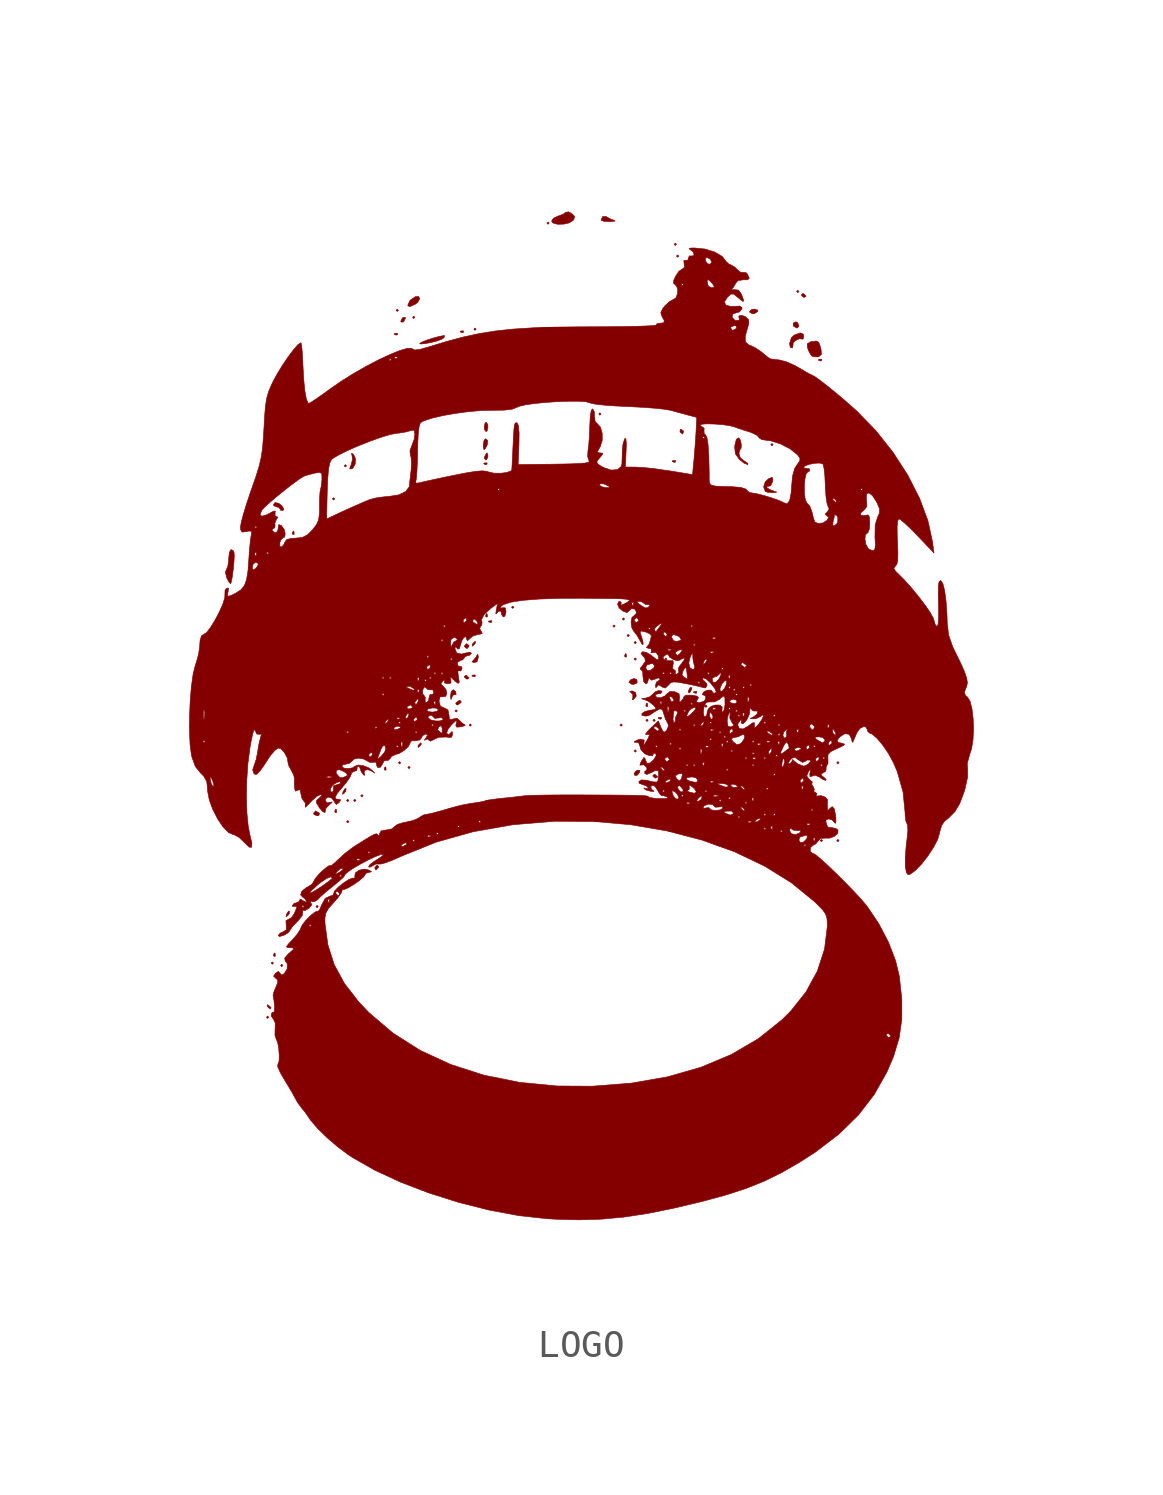
<source format=kicad_sym>
(kicad_symbol_lib
  (version 20220914)
  (generator bitmap2component)
  (symbol "LOGO"
    (pin_names
      (offset 1.016))
    (property "Reference" "#G"
      (at 0 18.923 0)
      (effects (font (size 1.27 1.27)) hide))
    (symbol "LOGO_0_0"
      (polyline (pts (xy 0.776 -18.387) (xy 1.581 -18.312) (xy 2.429 -18.183) (xy 3.358 -17.996) (xy 4.406 -17.747) (xy 4.482 -17.727) (xy 5.303 -17.502) (xy 6.005 -17.271) (xy 6.638 -17.015) (xy 7.247 -16.715) (xy 7.88 -16.352) (xy 8.467 -15.974) (xy 9.31 -15.33) (xy 10.008 -14.646) (xy 10.577 -13.907) (xy 11.033 -13.098) (xy 11.274 -12.532) (xy 11.472 -11.873) (xy 11.567 -11.205) (xy 11.567 -10.483) (xy 11.478 -9.66) (xy 11.344 -9.098) (xy 11.089 -8.436) (xy 10.741 -7.77) (xy 10.323 -7.15) (xy 10.278 -7.093) (xy 10.08 -6.863) (xy 9.82 -6.584) (xy 9.525 -6.28) (xy 9.218 -5.975) (xy 8.927 -5.695) (xy 8.675 -5.464) (xy 8.488 -5.307) (xy 8.391 -5.249) (xy 8.366 -5.247) (xy 8.278 -5.17) (xy 8.281 -5.045) (xy 8.379 -4.954) (xy 8.468 -4.909) (xy 8.584 -4.778) (xy 8.644 -4.708) (xy 8.825 -4.696) (xy 8.969 -4.698) (xy 9.147 -4.632) (xy 9.267 -4.524) (xy 9.274 -4.408) (xy 9.218 -4.36) (xy 9.054 -4.318) (xy 8.961 -4.312) (xy 8.89 -4.282) (xy 8.885 -4.253) (xy 8.842 -4.122) (xy 8.846 -4.037) (xy 8.938 -4.007) (xy 9.064 -4.046) (xy 9.162 -4.149) (xy 9.175 -4.17) (xy 9.199 -4.128) (xy 9.197 -3.958) (xy 9.19 -3.879) (xy 9.141 -3.645) (xy 9.066 -3.564) (xy 8.971 -3.643) (xy 8.955 -3.668) (xy 8.905 -3.7) (xy 8.891 -3.577) (xy 8.892 -3.452) (xy 8.898 -3.331) (xy 8.897 -3.314) (xy 8.817 -3.225) (xy 8.669 -3.17) (xy 8.538 -3.183) (xy 8.491 -3.204) (xy 8.501 -3.146) (xy 8.517 -3.101) (xy 8.457 -3.048) (xy 8.42 -3.043) (xy 8.409 -2.992) (xy 8.425 -2.946) (xy 8.371 -2.823) (xy 8.33 -2.76) (xy 8.345 -2.709) (xy 8.353 -2.682) (xy 8.259 -2.596) (xy 8.237 -2.579) (xy 8.152 -2.466) (xy 8.207 -2.321) (xy 8.256 -2.245) (xy 8.291 -2.219) (xy 8.269 -2.349) (xy 8.26 -2.394) (xy 8.268 -2.492) (xy 8.363 -2.464) (xy 8.451 -2.436) (xy 8.615 -2.507) (xy 8.693 -2.57) (xy 8.828 -2.625) (xy 8.852 -2.597) (xy 8.767 -2.511) (xy 8.702 -2.461) (xy 8.661 -2.395) (xy 8.757 -2.342) (xy 8.828 -2.298) (xy 8.852 -2.208) (xy 8.84 -2.182) (xy 8.877 -2.082) (xy 8.916 -2.006) (xy 8.913 -1.835) (xy 8.91 -1.816) (xy 8.918 -1.687) (xy 9.017 -1.587) (xy 9.242 -1.478) (xy 9.305 -1.451) (xy 9.478 -1.367) (xy 9.51 -1.319) (xy 9.419 -1.29) (xy 9.282 -1.257) (xy 9.242 -1.186) (xy 9.35 -1.052) (xy 9.517 -0.945) (xy 9.672 -0.965) (xy 9.758 -1.122) (xy 9.776 -1.215) (xy 9.805 -1.257) (xy 9.855 -1.143) (xy 9.949 -0.918) (xy 10.06 -0.757) (xy 10.19 -0.692) (xy 10.266 -0.696) (xy 10.329 -0.798) (xy 10.341 -0.862) (xy 10.419 -0.931) (xy 10.504 -0.962) (xy 10.678 -1.113) (xy 10.883 -1.357) (xy 11.089 -1.661) (xy 11.268 -1.99) (xy 11.406 -2.314) (xy 11.612 -3.046) (xy 11.684 -3.774) (xy 11.686 -3.868) (xy 11.711 -4.078) (xy 11.754 -4.182) (xy 11.776 -4.234) (xy 11.784 -4.416) (xy 11.76 -4.674) (xy 11.724 -4.964) (xy 11.693 -5.382) (xy 11.695 -5.714) (xy 11.729 -5.933) (xy 11.794 -6.011) (xy 11.874 -5.99) (xy 12.062 -5.853) (xy 12.282 -5.622) (xy 12.507 -5.335) (xy 12.707 -5.028) (xy 12.857 -4.74) (xy 12.926 -4.506) (xy 12.931 -4.468) (xy 13 -4.236) (xy 13.105 -4.085) (xy 13.239 -3.982) (xy 13.474 -3.746) (xy 13.647 -3.457) (xy 13.798 -3.057) (xy 13.838 -2.927) (xy 13.931 -2.505) (xy 13.93 -2.212) (xy 13.916 -2.018) (xy 14.017 -1.654) (xy 14.071 -1.497) (xy 14.124 -1.178) (xy 14.143 -0.802) (xy 14.131 -0.414) (xy 14.089 -0.059) (xy 14.021 0.217) (xy 13.926 0.372) (xy 13.864 0.421) (xy 13.809 0.53) (xy 13.87 0.692) (xy 13.897 0.75) (xy 13.923 0.882) (xy 13.899 1.051) (xy 13.819 1.284) (xy 13.674 1.61) (xy 13.454 2.056) (xy 13.397 2.175) (xy 13.249 2.597) (xy 13.199 3.029) (xy 13.189 3.347) (xy 13.156 3.821) (xy 13.106 4.195) (xy 13.042 4.447) (xy 12.969 4.553) (xy 12.952 4.556) (xy 12.907 4.519) (xy 12.883 4.385) (xy 12.876 4.132) (xy 12.885 3.734) (xy 12.89 3.576) (xy 12.889 3.199) (xy 12.868 2.972) (xy 12.828 2.906) (xy 12.766 2.977) (xy 12.717 3.149) (xy 12.704 3.195) (xy 12.601 3.386) (xy 12.419 3.654) (xy 12.185 3.964) (xy 11.924 4.282) (xy 11.664 4.574) (xy 11.431 4.806) (xy 11.342 4.893) (xy 11.279 4.999) (xy 11.336 5.073) (xy 11.391 5.146) (xy 11.421 5.298) (xy 11.427 5.56) (xy 11.411 5.96) (xy 11.403 6.132) (xy 11.398 6.495) (xy 11.418 6.706) (xy 11.463 6.773) (xy 11.512 6.749) (xy 11.665 6.625) (xy 11.884 6.419) (xy 12.139 6.16) (xy 12.722 5.546) (xy 12.67 5.95) (xy 12.506 6.705) (xy 12.204 7.515) (xy 11.783 8.342) (xy 11.258 9.156) (xy 10.648 9.928) (xy 9.968 10.629) (xy 9.847 10.74) (xy 9.539 11.011) (xy 9.216 11.284) (xy 8.906 11.536) (xy 8.638 11.744) (xy 8.44 11.886) (xy 8.34 11.938) (xy 8.284 11.962) (xy 8.117 12.054) (xy 7.887 12.192) (xy 7.716 12.287) (xy 7.424 12.415) (xy 7.187 12.479) (xy 7.164 12.482) (xy 6.961 12.506) (xy 6.85 12.521) (xy 6.837 12.526) (xy 6.724 12.604) (xy 6.554 12.745) (xy 6.526 12.768) (xy 6.308 12.919) (xy 6.117 13.008) (xy 6.065 13.025) (xy 5.952 13.129) (xy 5.94 13.322) (xy 6.024 13.632) (xy 6.071 13.788) (xy 6.066 13.922) (xy 5.969 14.023) (xy 5.952 14.035) (xy 5.803 14.091) (xy 5.71 14.06) (xy 5.724 13.956) (xy 5.727 13.909) (xy 5.619 13.9) (xy 5.56 13.918) (xy 5.47 14.017) (xy 5.493 14.129) (xy 5.629 14.182) (xy 5.729 14.205) (xy 5.822 14.313) (xy 5.824 14.366) (xy 5.755 14.418) (xy 5.559 14.411) (xy 5.422 14.405) (xy 5.24 14.454) (xy 5.198 14.573) (xy 5.308 14.743) (xy 5.31 14.745) (xy 5.431 14.851) (xy 5.525 14.848) (xy 5.67 14.735) (xy 5.756 14.661) (xy 5.868 14.579) (xy 5.883 14.624) (xy 5.821 14.805) (xy 5.804 14.847) (xy 5.7 14.994) (xy 5.553 15.009) (xy 5.455 15) (xy 5.467 15.042) (xy 5.513 15.089) (xy 5.609 15.25) (xy 5.678 15.333) (xy 5.878 15.364) (xy 6.023 15.36) (xy 6.088 15.417) (xy 6.019 15.568) (xy 5.971 15.619) (xy 5.857 15.63) (xy 5.779 15.629) (xy 5.657 15.726) (xy 5.571 15.816) (xy 5.419 15.903) (xy 5.361 15.922) (xy 5.263 16.01) (xy 5.118 16.199) (xy 4.846 16.359) (xy 4.494 16.468) (xy 4.106 16.507) (xy 3.982 16.503) (xy 3.922 16.478) (xy 4.002 16.418) (xy 4.081 16.35) (xy 4.102 16.25) (xy 4.083 16.227) (xy 3.974 16.217) (xy 3.932 16.222) (xy 3.895 16.129) (xy 3.88 16.061) (xy 3.797 16.053) (xy 3.736 16.058) (xy 3.737 16.044) (xy 4.509 16.044) (xy 4.516 16.143) (xy 4.575 16.16) (xy 4.685 16.104) (xy 4.741 15.997) (xy 4.74 15.981) (xy 4.662 15.917) (xy 4.59 15.943) (xy 4.509 16.044) (xy 3.737 16.044) (xy 3.746 15.931) (xy 3.758 15.812) (xy 3.681 15.748) (xy 3.673 15.748) (xy 3.559 15.668) (xy 3.442 15.495) (xy 3.374 15.346) (xy 3.37 15.303) (xy 4.572 15.303) (xy 4.572 15.324) (xy 4.601 15.374) (xy 4.699 15.294) (xy 4.773 15.211) (xy 4.826 15.119) (xy 4.82 15.098) (xy 4.738 15.074) (xy 4.628 15.127) (xy 4.608 15.156) (xy 4.572 15.303) (xy 3.37 15.303) (xy 3.364 15.238) (xy 3.41 15.198) (xy 3.641 15.198) (xy 3.683 15.24) (xy 3.725 15.198) (xy 3.683 15.155) (xy 3.641 15.198) (xy 3.41 15.198) (xy 3.441 15.171) (xy 3.512 15.055) (xy 3.513 14.879) (xy 3.455 14.718) (xy 3.35 14.647) (xy 3.339 14.646) (xy 3.21 14.573) (xy 3.052 14.422) (xy 2.97 14.32) (xy 2.907 14.176) (xy 2.952 14.042) (xy 3.031 13.896) (xy 3.016 13.818) (xy 2.874 13.801) (xy 2.776 13.787) (xy 2.739 13.737) (xy 2.738 13.734) (xy 2.639 13.718) (xy 2.396 13.704) (xy 2.029 13.691) (xy 1.559 13.682) (xy 1.007 13.676) (xy 0.394 13.674) (xy 0.033 13.673) (xy -0.899 13.663) (xy -1.701 13.637) (xy -1.784 13.631) (xy 5.419 13.631) (xy 5.435 13.672) (xy 5.551 13.716) (xy 5.611 13.704) (xy 5.63 13.631) (xy 5.613 13.608) (xy 5.498 13.547) (xy 5.479 13.549) (xy 5.419 13.631) (xy -1.784 13.631) (xy -2.402 13.592) (xy -3.032 13.524) (xy -3.619 13.431) (xy -4.191 13.307) (xy -4.78 13.15) (xy -5.413 12.957) (xy -5.421 12.954) (xy -5.74 12.863) (xy -5.931 12.84) (xy -6.018 12.88) (xy -6.047 12.902) (xy -6.21 12.897) (xy -6.48 12.817) (xy -6.833 12.674) (xy -7.018 12.587) (xy -6.66 12.587) (xy -6.648 12.597) (xy -6.548 12.587) (xy -6.534 12.562) (xy -6.604 12.531) (xy -6.649 12.537) (xy -6.66 12.587) (xy -7.018 12.587) (xy -7.227 12.488) (xy -6.858 12.488) (xy -6.816 12.531) (xy -6.773 12.488) (xy -6.816 12.446) (xy -6.858 12.488) (xy -7.227 12.488) (xy -7.245 12.48) (xy -7.691 12.247) (xy -8.146 11.986) (xy -8.586 11.71) (xy -8.986 11.432) (xy -9.186 11.285) (xy -9.452 11.098) (xy -9.646 10.97) (xy -9.737 10.922) (xy -9.765 10.936) (xy -9.826 11.082) (xy -9.88 11.371) (xy -9.921 11.785) (xy -9.949 12.304) (xy -9.955 12.456) (xy -9.974 12.769) (xy -9.996 12.996) (xy -10.018 13.094) (xy -10.032 13.099) (xy -10.129 13.031) (xy -10.282 12.857) (xy -10.47 12.608) (xy -10.671 12.314) (xy -10.86 12.007) (xy -11.018 11.717) (xy -11.091 11.563) (xy -11.184 11.341) (xy -11.248 11.121) (xy -11.291 10.861) (xy -11.322 10.517) (xy -11.349 10.047) (xy -11.37 9.695) (xy -11.402 9.304) (xy -11.45 8.978) (xy -11.524 8.661) (xy -11.637 8.298) (xy -11.799 7.832) (xy -11.833 7.736) (xy -11.973 7.318) (xy -12.086 6.947) (xy -12.092 6.925) (xy -11.49 6.925) (xy -11.427 7.083) (xy -11.329 7.19) (xy -11.126 7.374) (xy -10.86 7.6) (xy -10.567 7.836) (xy -10.285 8.053) (xy -10.053 8.22) (xy -9.906 8.308) (xy -9.745 8.36) (xy -9.517 8.417) (xy -9.506 8.42) (xy -9.334 8.444) (xy -9.27 8.383) (xy -9.266 8.195) (xy -9.266 8.187) (xy -9.286 7.97) (xy -9.318 7.832) (xy -9.337 7.731) (xy -9.351 7.505) (xy -9.354 7.212) (xy -9.356 6.97) (xy -9.371 6.849) (xy -9.095 6.849) (xy -9.092 7.062) (xy -9.085 7.379) (xy -9.076 7.767) (xy -9.057 8.236) (xy -9.028 8.57) (xy -8.984 8.783) (xy -8.922 8.901) (xy -8.87 8.946) (xy -8.656 9.074) (xy -8.339 9.23) (xy -7.959 9.396) (xy -7.555 9.557) (xy -7.168 9.696) (xy -6.838 9.797) (xy -6.604 9.845) (xy -6.507 9.854) (xy -6.249 9.895) (xy -6.075 9.943) (xy -6.047 9.955) (xy -5.951 9.95) (xy -5.927 9.809) (xy -5.957 9.622) (xy -6.044 9.387) (xy -6.105 9.221) (xy -6.085 9.048) (xy -6.064 8.985) (xy -6.047 8.777) (xy -6.064 8.509) (xy -6.083 8.362) (xy -6.11 8.121) (xy -6.111 8.108) (xy -5.897 8.108) (xy -5.876 8.208) (xy -5.855 8.446) (xy -5.839 8.782) (xy -5.83 9.178) (xy -5.825 9.435) (xy -5.805 9.839) (xy -5.771 10.11) (xy -5.725 10.23) (xy -5.609 10.293) (xy -5.319 10.39) (xy -4.926 10.482) (xy -4.468 10.563) (xy -3.985 10.627) (xy -3.517 10.667) (xy -3.103 10.675) (xy -2.733 10.678) (xy -2.433 10.713) (xy -2.242 10.788) (xy -2.181 10.816) (xy -1.955 10.87) (xy -1.625 10.917) (xy -1.23 10.956) (xy -0.81 10.984) (xy -0.402 10.999) (xy -0.046 10.999) (xy 0.22 10.981) (xy 0.357 10.943) (xy 0.385 10.929) (xy 0.56 10.894) (xy 0.859 10.86) (xy 1.248 10.831) (xy 1.693 10.809) (xy 1.829 10.803) (xy 2.295 10.778) (xy 2.716 10.746) (xy 3.052 10.709) (xy 3.26 10.673) (xy 3.292 10.664) (xy 3.607 10.578) (xy 3.899 10.499) (xy 4.199 10.418) (xy 4.185 10.144) (xy 4.318 10.144) (xy 4.388 10.175) (xy 4.578 10.187) (xy 4.838 10.18) (xy 5.119 10.159) (xy 5.372 10.124) (xy 5.546 10.08) (xy 5.591 10.062) (xy 5.81 9.986) (xy 6.075 9.902) (xy 6.176 9.868) (xy 6.361 9.778) (xy 6.435 9.698) (xy 6.436 9.688) (xy 6.527 9.624) (xy 6.717 9.593) (xy 6.857 9.577) (xy 7.206 9.468) (xy 7.551 9.29) (xy 7.812 9.082) (xy 7.905 8.962) (xy 7.902 8.859) (xy 7.794 8.704) (xy 7.744 8.622) (xy 8.043 8.622) (xy 8.071 8.663) (xy 8.212 8.725) (xy 8.415 8.768) (xy 8.61 8.779) (xy 8.729 8.746) (xy 8.738 8.732) (xy 8.773 8.585) (xy 8.801 8.325) (xy 8.817 7.999) (xy 8.819 7.923) (xy 8.825 7.832) (xy 10.075 7.832) (xy 10.118 7.874) (xy 10.16 7.832) (xy 10.118 7.789) (xy 10.075 7.832) (xy 8.825 7.832) (xy 8.841 7.599) (xy 8.853 7.511) (xy 9.073 7.511) (xy 9.131 7.501) (xy 9.168 7.475) (xy 9.229 7.403) (xy 9.228 7.392) (xy 9.179 7.373) (xy 9.094 7.464) (xy 9.073 7.511) (xy 8.853 7.511) (xy 8.876 7.345) (xy 8.919 7.211) (xy 8.959 7.127) (xy 8.884 7.014) (xy 8.858 6.988) (xy 10.093 6.988) (xy 10.215 7.097) (xy 10.23 7.106) (xy 10.314 7.225) (xy 10.302 7.44) (xy 10.291 7.509) (xy 10.306 7.673) (xy 10.389 7.704) (xy 10.514 7.607) (xy 10.658 7.386) (xy 10.681 7.341) (xy 10.764 7.141) (xy 10.767 6.995) (xy 10.693 6.823) (xy 10.61 6.555) (xy 10.602 6.122) (xy 10.618 5.836) (xy 10.597 5.673) (xy 10.525 5.63) (xy 10.391 5.684) (xy 10.356 5.712) (xy 10.278 5.855) (xy 10.243 6.039) (xy 10.258 6.198) (xy 10.329 6.265) (xy 10.349 6.275) (xy 10.396 6.396) (xy 10.414 6.61) (xy 10.414 6.643) (xy 10.402 6.842) (xy 10.353 6.915) (xy 10.245 6.9) (xy 10.215 6.892) (xy 10.095 6.904) (xy 10.093 6.988) (xy 8.858 6.988) (xy 8.811 6.941) (xy 8.872 6.886) (xy 8.937 6.832) (xy 8.883 6.723) (xy 8.882 6.721) (xy 8.734 6.628) (xy 8.558 6.607) (xy 8.439 6.668) (xy 8.437 6.672) (xy 8.393 6.802) (xy 8.342 7.012) (xy 8.337 7.032) (xy 8.262 7.23) (xy 8.169 7.336) (xy 8.156 7.344) (xy 8.099 7.467) (xy 8.069 7.686) (xy 8.065 7.948) (xy 8.086 8.201) (xy 8.13 8.392) (xy 8.196 8.467) (xy 8.24 8.476) (xy 8.254 8.553) (xy 8.231 8.579) (xy 8.122 8.59) (xy 8.095 8.578) (xy 8.043 8.622) (xy 7.744 8.622) (xy 7.717 8.578) (xy 7.64 8.315) (xy 7.606 7.931) (xy 7.592 7.714) (xy 7.536 7.43) (xy 7.443 7.312) (xy 7.313 7.359) (xy 7.298 7.369) (xy 7.14 7.441) (xy 6.89 7.529) (xy 6.606 7.614) (xy 6.349 7.679) (xy 6.178 7.705) (xy 6.093 7.72) (xy 5.99 7.811) (xy 5.962 7.844) (xy 5.792 7.901) (xy 5.496 7.928) (xy 5.149 7.936) (xy 4.887 7.949) (xy 4.737 7.979) (xy 4.667 8.042) (xy 4.647 8.15) (xy 4.647 8.319) (xy 4.646 8.473) (xy 4.633 9.044) (xy 4.606 9.453) (xy 4.564 9.704) (xy 4.509 9.8) (xy 4.468 9.83) (xy 4.459 9.954) (xy 4.47 10.014) (xy 4.412 10.075) (xy 4.384 10.079) (xy 4.318 10.144) (xy 4.185 10.144) (xy 4.175 9.929) (xy 4.162 9.709) (xy 4.161 9.694) (xy 4.403 9.694) (xy 4.445 9.737) (xy 4.487 9.694) (xy 4.445 9.652) (xy 4.403 9.694) (xy 4.161 9.694) (xy 4.132 9.293) (xy 4.099 8.902) (xy 4.048 8.363) (xy 3.696 8.422) (xy 3.232 8.497) (xy 2.696 8.574) (xy 2.286 8.619) (xy 1.981 8.634) (xy 1.633 8.636) (xy 1.662 9.207) (xy 1.67 9.497) (xy 1.653 9.658) (xy 1.611 9.652) (xy 1.607 9.645) (xy 1.551 9.468) (xy 1.524 9.229) (xy 1.524 9.224) (xy 1.518 8.963) (xy 1.511 8.75) (xy 1.488 8.657) (xy 1.352 8.544) (xy 1.132 8.526) (xy 0.871 8.61) (xy 0.743 8.678) (xy 0.62 8.766) (xy 0.618 8.849) (xy 0.719 8.974) (xy 0.796 9.063) (xy 0.821 9.131) (xy 0.731 9.144) (xy 0.653 9.151) (xy 0.638 9.204) (xy 0.723 9.349) (xy 0.735 9.368) (xy 0.804 9.592) (xy 0.803 9.847) (xy 0.74 10.07) (xy 0.623 10.195) (xy 0.549 10.271) (xy 0.526 10.467) (xy 0.518 10.627) (xy 0.46 10.725) (xy 0.41 10.673) (xy 0.374 10.463) (xy 0.355 10.099) (xy 0.354 10.061) (xy 0.34 9.71) (xy 0.317 9.404) (xy 0.29 9.204) (xy 0.279 9.017) (xy 0.328 8.861) (xy 0.337 8.846) (xy 0.314 8.808) (xy 0.197 8.78) (xy -0.031 8.761) (xy -0.391 8.748) (xy -0.9 8.739) (xy -2.217 8.724) (xy -2.188 9.455) (xy -2.183 9.854) (xy -2.204 10.115) (xy -2.251 10.217) (xy -2.284 10.227) (xy -2.323 10.215) (xy -2.35 10.145) (xy -2.369 9.991) (xy -2.386 9.723) (xy -2.406 9.313) (xy -2.412 9.189) (xy -2.427 8.873) (xy -2.439 8.641) (xy -2.447 8.534) (xy -2.477 8.494) (xy -2.629 8.439) (xy -2.853 8.411) (xy -3.088 8.415) (xy -3.272 8.457) (xy -3.343 8.482) (xy -3.498 8.499) (xy -3.724 8.483) (xy -4.053 8.432) (xy -4.514 8.341) (xy -4.516 8.341) (xy -4.932 8.254) (xy -5.303 8.175) (xy -5.589 8.112) (xy -5.749 8.073) (xy -5.883 8.053) (xy -5.897 8.108) (xy -6.111 8.108) (xy -6.12 7.992) (xy 0.701 7.992) (xy 0.739 8.038) (xy 0.864 8.026) (xy 1.015 7.961) (xy 1.041 7.944) (xy 1.07 7.898) (xy 0.945 7.896) (xy 0.816 7.919) (xy 0.708 7.977) (xy 0.701 7.992) (xy -6.12 7.992) (xy -6.121 7.98) (xy -6.13 7.923) (xy -6.199 7.832) (xy -2.963 7.832) (xy -2.921 7.874) (xy -2.879 7.832) (xy -2.921 7.789) (xy -2.963 7.832) (xy -6.199 7.832) (xy -6.258 7.753) (xy -6.516 7.633) (xy -6.877 7.578) (xy -7.032 7.566) (xy -7.334 7.523) (xy -7.557 7.464) (xy -7.796 7.364) (xy -8.155 7.207) (xy -8.528 7.038) (xy -8.839 6.892) (xy -8.855 6.885) (xy -9.021 6.806) (xy -9.094 6.773) (xy -9.095 6.849) (xy -9.371 6.849) (xy -9.384 6.741) (xy -9.461 6.566) (xy -9.481 6.54) (xy 9.089 6.54) (xy 9.093 6.653) (xy 9.115 6.723) (xy 9.144 6.882) (xy 9.155 6.928) (xy 9.231 6.889) (xy 9.268 6.825) (xy 9.265 6.66) (xy 9.224 6.588) (xy 9.126 6.519) (xy 9.089 6.54) (xy -9.481 6.54) (xy -9.606 6.381) (xy -9.777 6.207) (xy -9.965 6.107) (xy -10.216 6.08) (xy -10.37 6.073) (xy -10.539 6.025) (xy -10.611 5.917) (xy -10.648 5.828) (xy -10.737 5.757) (xy -10.779 5.792) (xy -10.777 5.927) (xy -10.737 6.026) (xy -10.658 6.096) (xy -10.614 6.114) (xy -10.584 6.228) (xy -10.619 6.387) (xy -10.71 6.519) (xy -10.74 6.543) (xy -10.819 6.567) (xy -10.837 6.445) (xy -10.858 6.329) (xy -10.943 6.266) (xy -11.049 6.35) (xy -11.062 6.383) (xy -11.003 6.435) (xy -10.961 6.449) (xy -10.949 6.551) (xy -10.959 6.614) (xy -10.899 6.763) (xy -10.848 6.829) (xy -10.902 6.858) (xy -10.947 6.877) (xy -10.952 6.987) (xy -10.938 7.051) (xy -10.993 7.054) (xy -11.161 6.967) (xy -11.253 6.919) (xy -11.427 6.869) (xy -11.49 6.925) (xy -12.092 6.925) (xy -12.163 6.661) (xy -12.191 6.497) (xy -12.19 6.477) (xy -11.684 6.477) (xy -11.642 6.519) (xy -11.599 6.477) (xy -11.642 6.435) (xy -11.684 6.477) (xy -12.19 6.477) (xy -12.186 6.378) (xy -12.13 6.297) (xy -11.971 6.318) (xy -11.874 6.338) (xy -11.787 6.322) (xy -11.802 6.21) (xy -11.811 6.172) (xy -11.84 5.968) (xy -11.87 5.663) (xy -11.881 5.503) (xy -11.684 5.503) (xy -11.678 5.548) (xy -11.628 5.56) (xy -11.617 5.547) (xy -11.618 5.546) (xy -11.261 5.546) (xy -11.218 5.588) (xy -11.176 5.546) (xy -11.218 5.503) (xy -11.261 5.546) (xy -11.618 5.546) (xy -11.628 5.447) (xy -11.653 5.434) (xy -11.684 5.503) (xy -11.881 5.503) (xy -11.894 5.307) (xy -11.915 5.022) (xy -11.769 5.022) (xy -11.739 5.142) (xy -11.653 5.218) (xy -11.564 5.176) (xy -11.559 5.114) (xy -11.643 4.995) (xy -11.652 4.987) (xy -11.746 4.937) (xy -11.769 5.022) (xy -11.915 5.022) (xy -11.922 4.923) (xy -11.972 4.598) (xy -12.052 4.376) (xy -12.177 4.225) (xy -12.36 4.107) (xy -12.481 4.046) (xy -12.621 3.991) (xy -12.662 4.028) (xy -12.636 4.162) (xy -12.624 4.287) (xy -12.694 4.279) (xy -12.748 4.206) (xy -12.753 4.037) (xy -12.758 3.933) (xy -12.828 3.711) (xy -12.95 3.433) (xy -13.103 3.143) (xy -13.109 3.133) (xy -4.191 3.133) (xy -4.174 3.158) (xy -4.101 3.217) (xy -4.093 3.215) (xy -4.064 3.133) (xy -4.067 3.11) (xy -4.101 3.086) (xy -3.85 3.086) (xy -3.828 3.164) (xy -3.779 3.173) (xy -3.695 3.09) (xy -3.668 3.017) (xy -3.679 2.973) (xy -3.798 3.039) (xy -3.85 3.086) (xy -4.101 3.086) (xy -4.154 3.048) (xy -4.184 3.055) (xy -4.191 3.133) (xy -13.109 3.133) (xy -13.239 2.921) (xy -4.911 2.921) (xy -4.868 2.963) (xy -4.826 2.921) (xy -4.868 2.879) (xy -4.911 2.921) (xy -13.239 2.921) (xy -13.262 2.884) (xy -13.405 2.696) (xy -13.51 2.625) (xy -13.596 2.571) (xy -13.64 2.413) (xy -4.995 2.413) (xy -4.953 2.455) (xy -4.911 2.413) (xy -4.953 2.371) (xy -4.995 2.413) (xy -13.64 2.413) (xy -13.646 2.392) (xy -13.653 2.293) (xy -4.647 2.293) (xy -4.629 2.439) (xy -4.53 2.512) (xy -4.471 2.504) (xy -4.403 2.441) (xy -4.404 2.428) (xy -4.481 2.371) (xy -4.529 2.348) (xy -4.598 2.223) (xy -4.601 2.212) (xy -4.631 2.169) (xy -4.647 2.293) (xy -13.653 2.293) (xy -13.663 2.156) (xy -13.692 1.951) (xy -13.724 1.82) (xy -5.503 1.82) (xy -5.461 1.863) (xy -5.419 1.82) (xy -5.461 1.778) (xy -5.503 1.82) (xy -13.724 1.82) (xy -13.744 1.738) (xy -13.745 1.736) (xy -4.657 1.736) (xy -4.614 1.778) (xy -4.572 1.736) (xy -4.614 1.693) (xy -4.657 1.736) (xy -13.745 1.736) (xy -13.836 1.439) (xy -5.503 1.439) (xy -5.5 1.463) (xy -5.414 1.524) (xy -5.383 1.517) (xy -5.376 1.439) (xy -5.394 1.414) (xy -5.466 1.355) (xy -5.474 1.357) (xy -5.503 1.439) (xy -13.836 1.439) (xy -13.886 1.228) (xy -5.249 1.228) (xy -5.207 1.27) (xy -5.165 1.228) (xy -4.995 1.228) (xy -4.953 1.27) (xy -4.911 1.228) (xy -4.953 1.185) (xy -4.995 1.228) (xy -5.165 1.228) (xy -5.207 1.185) (xy -5.249 1.228) (xy -13.886 1.228) (xy -13.898 1.175) (xy -13.914 1.058) (xy -7.112 1.058) (xy -7.07 1.101) (xy -7.027 1.058) (xy -6.858 1.058) (xy -6.816 1.101) (xy -6.773 1.058) (xy -6.816 1.016) (xy -5.842 1.016) (xy -5.836 1.061) (xy -5.786 1.073) (xy -5.775 1.06) (xy -5.776 1.058) (xy -5.419 1.058) (xy -5.376 1.101) (xy -5.334 1.058) (xy -5.376 1.016) (xy -5.419 1.058) (xy -5.776 1.058) (xy -5.784 0.974) (xy -5.588 0.974) (xy -5.546 1.016) (xy -5.503 0.974) (xy -5.546 0.931) (xy -5.588 0.974) (xy -5.784 0.974) (xy -5.786 0.96) (xy -5.811 0.946) (xy -5.842 1.016) (xy -6.816 1.016) (xy -6.858 1.058) (xy -7.027 1.058) (xy -7.07 1.016) (xy -7.112 1.058) (xy -13.914 1.058) (xy -13.958 0.742) (xy -13.958 0.741) (xy -6.247 0.741) (xy -6.165 0.756) (xy -6.089 0.749) (xy -5.969 0.677) (xy -5.936 0.614) (xy -5.979 0.612) (xy -6.138 0.677) (xy -6.177 0.694) (xy -6.247 0.741) (xy -13.958 0.741) (xy -13.97 0.593) (xy -5.842 0.593) (xy -5.836 0.637) (xy -5.786 0.649) (xy -5.775 0.637) (xy -5.786 0.536) (xy -5.811 0.523) (xy -5.842 0.593) (xy -13.97 0.593) (xy -13.98 0.466) (xy -7.112 0.466) (xy -7.07 0.508) (xy -7.051 0.489) (xy -5.654 0.489) (xy -5.641 0.638) (xy -5.638 0.646) (xy -5.576 0.743) (xy -5.508 0.685) (xy -5.462 0.637) (xy -5.343 0.629) (xy -5.292 0.64) (xy -5.249 0.55) (xy -5.262 0.486) (xy -5.334 0.466) (xy -5.386 0.461) (xy -5.419 0.344) (xy -5.437 0.24) (xy -5.512 0.169) (xy -5.249 0.169) (xy -5.243 0.214) (xy -5.193 0.226) (xy -5.183 0.213) (xy -5.193 0.113) (xy -5.218 0.1) (xy -5.249 0.169) (xy -5.512 0.169) (xy -5.553 0.186) (xy -5.559 0.291) (xy -5.549 0.353) (xy -5.608 0.444) (xy -5.654 0.489) (xy -7.051 0.489) (xy -7.027 0.466) (xy -7.07 0.423) (xy -7.112 0.466) (xy -13.98 0.466) (xy -14 0.228) (xy -14.003 0.164) (xy -5.927 0.164) (xy -5.924 0.187) (xy -5.843 0.296) (xy -5.804 0.303) (xy -5.81 0.216) (xy -5.837 0.155) (xy -5.899 0.087) (xy -5.927 0.164) (xy -14.003 0.164) (xy -14.009 0.014) (xy -6.214 0.014) (xy -6.207 0.024) (xy -6.091 0.085) (xy -6.075 0.083) (xy -6.011 0.014) (xy -6.024 -0.017) (xy -6.135 -0.056) (xy -6.188 -0.048) (xy -6.214 0.014) (xy -14.009 0.014) (xy -14.02 -0.254) (xy -13.527 -0.254) (xy -13.526 -0.197) (xy -13.513 -0.079) (xy -13.491 -0.103) (xy -5.503 -0.103) (xy -5.451 -0.055) (xy -5.292 -0.019) (xy -5.152 -0.029) (xy -5.08 -0.086) (xy -5.133 -0.141) (xy -5.292 -0.169) (xy -5.431 -0.153) (xy -5.503 -0.103) (xy -13.491 -0.103) (xy -13.488 -0.106) (xy -13.475 -0.187) (xy -13.485 -0.344) (xy -6.265 -0.344) (xy -6.262 -0.321) (xy -6.182 -0.212) (xy -6.143 -0.204) (xy -6.148 -0.292) (xy -6.167 -0.333) (xy -5.454 -0.333) (xy -5.368 -0.282) (xy -5.317 -0.289) (xy -5.249 -0.358) (xy -5.214 -0.394) (xy -5.08 -0.381) (xy -4.976 -0.366) (xy -4.911 -0.419) (xy -4.917 -0.441) (xy -5.018 -0.486) (xy -5.188 -0.487) (xy -5.357 -0.449) (xy -5.451 -0.377) (xy -5.454 -0.333) (xy -6.167 -0.333) (xy -6.176 -0.353) (xy -6.238 -0.42) (xy -6.265 -0.344) (xy -13.485 -0.344) (xy -13.486 -0.367) (xy -6.576 -0.367) (xy -6.563 -0.357) (xy -6.463 -0.367) (xy -6.45 -0.392) (xy -6.519 -0.423) (xy -5.969 -0.423) (xy -5.952 -0.398) (xy -5.879 -0.339) (xy -5.871 -0.341) (xy -5.842 -0.423) (xy -5.846 -0.447) (xy -5.932 -0.508) (xy -5.962 -0.501) (xy -5.969 -0.423) (xy -6.519 -0.423) (xy -6.564 -0.417) (xy -6.576 -0.367) (xy -13.486 -0.367) (xy -13.488 -0.402) (xy -13.496 -0.426) (xy -13.518 -0.408) (xy -13.527 -0.254) (xy -14.02 -0.254) (xy -14.023 -0.319) (xy -14.024 -0.587) (xy -7.007 -0.587) (xy -6.985 -0.508) (xy -6.968 -0.483) (xy -6.89 -0.423) (xy -6.879 -0.429) (xy -6.9 -0.508) (xy -6.918 -0.533) (xy -6.94 -0.55) (xy -6.519 -0.55) (xy -6.477 -0.508) (xy -6.435 -0.55) (xy -6.477 -0.593) (xy -6.519 -0.55) (xy -6.94 -0.55) (xy -6.995 -0.593) (xy -7.007 -0.587) (xy -14.024 -0.587) (xy -14.024 -0.635) (xy -5.334 -0.635) (xy -5.292 -0.593) (xy -5.249 -0.635) (xy -5.292 -0.677) (xy -5.334 -0.635) (xy -14.024 -0.635) (xy -14.025 -0.72) (xy -7.366 -0.72) (xy -7.324 -0.677) (xy -7.281 -0.72) (xy -7.321 -0.759) (xy -6.689 -0.759) (xy -6.674 -0.722) (xy -6.562 -0.677) (xy -6.504 -0.681) (xy -6.435 -0.711) (xy -6.45 -0.733) (xy -6.562 -0.793) (xy -6.616 -0.804) (xy -5.114 -0.804) (xy -5.06 -0.696) (xy -5.058 -0.694) (xy -4.97 -0.656) (xy -4.947 -0.767) (xy -4.947 -0.86) (xy -4.95 -0.93) (xy -5.001 -0.906) (xy -5.114 -0.804) (xy -6.616 -0.804) (xy -6.627 -0.806) (xy -6.689 -0.759) (xy -7.321 -0.759) (xy -7.324 -0.762) (xy -7.366 -0.72) (xy -14.025 -0.72) (xy -14.025 -0.853) (xy -14.009 -1.228) (xy -13.547 -1.228) (xy -13.504 -1.185) (xy -13.462 -1.228) (xy -13.504 -1.27) (xy -13.547 -1.228) (xy -14.009 -1.228) (xy -14.005 -1.325) (xy -13.959 -1.688) (xy -13.936 -1.794) (xy -13.813 -2.127) (xy -13.622 -2.363) (xy -13.505 -2.479) (xy -13.488 -2.512) (xy -13.287 -2.512) (xy -13.261 -2.5) (xy -13.201 -2.616) (xy -13.156 -2.758) (xy -13.153 -2.852) (xy -13.164 -2.857) (xy -13.218 -2.794) (xy -13.269 -2.655) (xy -13.287 -2.512) (xy -13.488 -2.512) (xy -13.403 -2.671) (xy -13.377 -2.943) (xy -13.375 -3.009) (xy -13.313 -3.326) (xy -13.186 -3.672) (xy -13.013 -4.008) (xy -12.819 -4.296) (xy -12.623 -4.497) (xy -12.449 -4.572) (xy -12.414 -4.577) (xy -12.248 -4.668) (xy -12.069 -4.837) (xy -12.046 -4.863) (xy -11.883 -5.02) (xy -11.795 -5.026) (xy -11.784 -4.882) (xy -11.851 -4.59) (xy -11.914 -4.276) (xy -11.961 -3.796) (xy -11.978 -3.232) (xy -11.967 -2.628) (xy -11.927 -2.03) (xy -11.857 -1.482) (xy -11.81 -1.211) (xy -11.748 -0.924) (xy -11.7 -0.8) (xy -11.664 -0.834) (xy -11.639 -0.889) (xy -8.382 -0.889) (xy -8.34 -0.847) (xy -8.297 -0.889) (xy -5.927 -0.889) (xy -5.884 -0.847) (xy -5.842 -0.889) (xy -5.884 -0.931) (xy -5.927 -0.889) (xy -8.297 -0.889) (xy -8.34 -0.931) (xy -8.382 -0.889) (xy -11.639 -0.889) (xy -11.607 -0.957) (xy -11.506 -0.968) (xy -11.44 -0.954) (xy -11.466 -1.066) (xy -11.476 -1.093) (xy -11.529 -1.305) (xy -11.529 -1.305) (xy -6.428 -1.305) (xy -6.414 -1.222) (xy -6.377 -1.254) (xy -6.363 -1.303) (xy -6.383 -1.416) (xy -6.412 -1.415) (xy -6.428 -1.305) (xy -11.529 -1.305) (xy -11.572 -1.566) (xy -11.578 -1.612) (xy -11.634 -1.885) (xy -11.706 -2.097) (xy -11.755 -2.244) (xy -11.709 -2.38) (xy -11.662 -2.412) (xy -11.596 -2.395) (xy -11.502 -2.299) (xy -11.359 -2.1) (xy -11.149 -1.778) (xy -11.106 -1.716) (xy -10.954 -1.54) (xy -10.828 -1.458) (xy -10.725 -1.5) (xy -10.601 -1.643) (xy -10.576 -1.693) (xy -7.578 -1.693) (xy -7.56 -1.668) (xy -7.488 -1.609) (xy -7.48 -1.611) (xy -7.451 -1.693) (xy -7.454 -1.716) (xy -7.54 -1.778) (xy -7.571 -1.771) (xy -7.578 -1.693) (xy -10.576 -1.693) (xy -10.508 -1.824) (xy -10.487 -1.978) (xy -10.463 -2.084) (xy -10.372 -2.256) (xy -10.322 -2.351) (xy -8.758 -2.351) (xy -8.743 -2.257) (xy -8.631 -2.239) (xy -8.463 -2.313) (xy -8.394 -2.364) (xy -8.344 -2.435) (xy -8.428 -2.487) (xy -8.532 -2.525) (xy -8.621 -2.52) (xy -8.714 -2.421) (xy -8.758 -2.351) (xy -10.322 -2.351) (xy -10.285 -2.421) (xy -10.262 -2.52) (xy -9.107 -2.52) (xy -9.075 -2.482) (xy -9.026 -2.469) (xy -8.913 -2.489) (xy -8.914 -2.518) (xy -9.024 -2.533) (xy -9.107 -2.52) (xy -10.262 -2.52) (xy -10.252 -2.563) (xy -10.257 -2.665) (xy -10.255 -2.868) (xy -10.254 -2.888) (xy -10.221 -3.008) (xy -10.139 -2.981) (xy -10.122 -2.968) (xy -10.049 -2.964) (xy -10.039 -3.017) (xy -8.964 -3.017) (xy -8.959 -2.915) (xy -8.875 -2.791) (xy -8.738 -2.699) (xy -8.613 -2.667) (xy -8.594 -2.71) (xy -8.63 -2.746) (xy -8.777 -2.794) (xy -8.846 -2.812) (xy -8.859 -2.921) (xy -8.847 -2.986) (xy -8.899 -3.048) (xy -8.964 -3.017) (xy -10.039 -3.017) (xy -10.02 -3.109) (xy -9.988 -3.262) (xy -9.903 -3.388) (xy -9.862 -3.432) (xy -9.863 -3.568) (xy -9.87 -3.59) (xy -9.812 -3.547) (xy -9.68 -3.408) (xy -9.616 -3.34) (xy -9.442 -3.192) (xy -9.316 -3.133) (xy -9.262 -3.16) (xy -9.356 -3.249) (xy -9.459 -3.34) (xy -9.461 -3.432) (xy -9.365 -3.595) (xy -9.354 -3.612) (xy -9.235 -3.749) (xy -9.153 -3.776) (xy -9.143 -3.682) (xy -9.116 -3.618) (xy -9.002 -3.499) (xy -8.933 -3.442) (xy -8.899 -3.396) (xy -8.996 -3.419) (xy -9.086 -3.429) (xy -9.144 -3.342) (xy -9.135 -3.287) (xy -9.048 -3.221) (xy -8.922 -3.254) (xy -8.824 -3.377) (xy -8.813 -3.406) (xy -8.749 -3.488) (xy -8.654 -3.42) (xy -8.645 -3.411) (xy -8.591 -3.323) (xy -8.675 -3.302) (xy -8.766 -3.289) (xy -8.791 -3.222) (xy -8.708 -3.079) (xy -8.509 -2.842) (xy -8.401 -2.713) (xy -8.265 -2.52) (xy -8.213 -2.398) (xy -8.196 -2.344) (xy -8.081 -2.286) (xy -8.02 -2.274) (xy -8.001 -2.201) (xy -8.014 -2.168) (xy -7.964 -2.117) (xy -7.924 -2.129) (xy -7.874 -2.239) (xy -7.867 -2.29) (xy -7.776 -2.421) (xy -7.731 -2.441) (xy -7.735 -2.389) (xy -7.751 -2.359) (xy -7.73 -2.263) (xy -7.617 -2.235) (xy -7.468 -2.295) (xy -7.413 -2.336) (xy -7.37 -2.36) (xy -7.451 -2.271) (xy -7.571 -2.179) (xy -7.776 -2.095) (xy -7.969 -2.069) (xy -8.085 -2.116) (xy -8.168 -2.172) (xy -8.329 -2.199) (xy -8.483 -2.18) (xy -8.551 -2.117) (xy -8.518 -2.067) (xy -8.379 -2.032) (xy -8.274 -2.01) (xy -8.159 -1.906) (xy -8.118 -1.859) (xy -7.962 -1.824) (xy -7.831 -1.845) (xy -7.263 -1.845) (xy -7.251 -1.778) (xy -7.221 -1.704) (xy -7.144 -1.503) (xy -7.084 -1.391) (xy -7.006 -1.366) (xy -6.997 -1.397) (xy -6.604 -1.397) (xy -6.562 -1.355) (xy -6.519 -1.397) (xy -6.562 -1.439) (xy -6.604 -1.397) (xy -6.997 -1.397) (xy -6.971 -1.481) (xy -7.011 -1.599) (xy -7.138 -1.756) (xy -7.18 -1.793) (xy -7.263 -1.845) (xy -7.831 -1.845) (xy -7.762 -1.857) (xy -7.588 -1.952) (xy -7.545 -1.976) (xy -7.395 -1.973) (xy -7.335 -1.963) (xy -7.299 -2.032) (xy -7.305 -2.084) (xy -7.256 -2.166) (xy -7.162 -2.146) (xy -7.086 -2.027) (xy -7.036 -1.925) (xy -6.948 -1.902) (xy -6.893 -1.911) (xy -6.806 -1.826) (xy -6.765 -1.762) (xy -6.616 -1.69) (xy -6.507 -1.663) (xy -6.322 -1.553) (xy -6.163 -1.408) (xy -6.096 -1.278) (xy -6.093 -1.25) (xy -6.032 -1.195) (xy -5.93 -1.204) (xy -5.746 -1.169) (xy -5.673 -1.072) (xy -5.659 -1.021) (xy -5.547 -0.96) (xy -5.539 -0.96) (xy -5.466 -0.987) (xy -5.526 -1.089) (xy -5.535 -1.1) (xy -5.588 -1.18) (xy -5.524 -1.154) (xy -5.473 -1.135) (xy -5.419 -1.182) (xy -5.364 -1.212) (xy -5.216 -1.141) (xy -5.077 -1.075) (xy -4.793 -1.064) (xy -4.727 -1.078) (xy -4.604 -1.07) (xy -4.573 -0.962) (xy -4.59 -0.862) (xy -4.647 -0.919) (xy -4.701 -0.978) (xy -4.778 -0.941) (xy -4.784 -0.921) (xy -4.741 -0.79) (xy -4.609 -0.622) (xy -4.47 -0.49) (xy -4.418 -0.473) (xy -4.437 -0.567) (xy -4.457 -0.651) (xy -4.419 -0.711) (xy -4.257 -0.694) (xy -4.244 -0.692) (xy -4.117 -0.649) (xy -4.149 -0.609) (xy -4.205 -0.583) (xy -4.344 -0.453) (xy -4.408 -0.391) (xy -4.558 -0.416) (xy -4.614 -0.442) (xy -4.686 -0.423) (xy -4.702 -0.268) (xy -4.739 -0.087) (xy -4.879 -0.017) (xy -5.01 0.043) (xy -5.059 0.219) (xy -5.059 0.241) (xy -5.024 0.377) (xy -4.914 0.382) (xy -4.818 0.396) (xy -4.779 0.502) (xy -4.811 0.646) (xy -4.916 0.765) (xy -4.925 0.771) (xy -4.993 0.849) (xy -4.919 0.949) (xy -4.841 1.011) (xy -4.861 0.953) (xy -4.869 0.882) (xy -4.749 0.847) (xy -4.629 0.877) (xy -4.633 0.995) (xy -4.661 1.073) (xy -4.647 1.094) (xy -4.54 0.995) (xy -4.495 0.951) (xy -4.372 0.86) (xy -4.332 0.91) (xy -4.363 1.111) (xy -4.371 1.15) (xy -4.383 1.306) (xy -4.327 1.318) (xy -4.276 1.307) (xy -4.233 1.397) (xy -4.246 1.462) (xy -4.318 1.482) (xy -4.362 1.474) (xy -4.403 1.561) (xy -4.387 1.625) (xy -4.276 1.693) (xy -4.217 1.703) (xy -4.149 1.778) (xy -4.134 1.817) (xy -4.022 1.863) (xy -3.963 1.872) (xy -3.895 1.945) (xy -3.934 1.985) (xy -4.085 1.957) (xy -4.251 1.917) (xy -4.424 1.954) (xy -4.486 2.103) (xy -4.471 2.192) (xy -4.411 2.127) (xy -4.387 2.096) (xy -4.331 2.108) (xy -4.278 2.275) (xy -4.245 2.386) (xy -4.168 2.516) (xy -4.096 2.54) (xy -4.061 2.434) (xy -4.035 2.396) (xy -3.946 2.477) (xy -3.845 2.562) (xy -3.642 2.625) (xy -3.599 2.626) (xy -3.504 2.654) (xy -3.55 2.744) (xy -3.599 2.826) (xy -3.559 2.919) (xy -3.529 2.945) (xy -3.513 3.046) (xy -3.534 3.145) (xy -3.443 3.333) (xy -3.211 3.548) (xy -2.958 3.735) (xy -3.003 3.497) (xy -3.006 3.485) (xy -3.021 3.358) (xy -2.999 3.365) (xy -2.928 3.45) (xy -2.84 3.462) (xy -2.815 3.376) (xy -2.818 3.345) (xy -2.752 3.249) (xy -2.693 3.279) (xy -2.655 3.423) (xy -2.654 3.445) (xy -2.679 3.577) (xy -2.782 3.58) (xy -2.782 3.58) (xy -2.872 3.563) (xy -2.821 3.639) (xy -2.743 3.694) (xy -2.474 3.78) (xy -2.046 3.846) (xy -1.465 3.892) (xy -0.739 3.917) (xy 0.127 3.921) (xy 0.153 3.92) (xy 0.745 3.915) (xy 1.185 3.909) (xy 1.491 3.9) (xy 1.679 3.885) (xy 1.767 3.861) (xy 1.772 3.828) (xy 1.727 3.795) (xy 2.056 3.795) (xy 2.138 3.81) (xy 2.207 3.8) (xy 2.329 3.724) (xy 2.357 3.695) (xy 2.474 3.695) (xy 2.516 3.712) (xy 2.506 3.654) (xy 2.447 3.584) (xy 2.34 3.576) (xy 2.164 3.686) (xy 2.11 3.728) (xy 2.056 3.795) (xy 1.727 3.795) (xy 1.71 3.781) (xy 1.608 3.725) (xy 1.863 3.725) (xy 1.869 3.77) (xy 1.919 3.782) (xy 1.929 3.769) (xy 1.919 3.669) (xy 1.894 3.656) (xy 1.863 3.725) (xy 1.608 3.725) (xy 1.598 3.72) (xy 1.475 3.669) (xy 1.476 3.717) (xy 1.492 3.757) (xy 1.444 3.81) (xy 1.392 3.798) (xy 1.354 3.708) (xy 1.409 3.577) (xy 1.541 3.462) (xy 1.693 3.406) (xy 1.76 3.459) (xy 1.76 3.461) (xy 1.853 3.548) (xy 1.972 3.534) (xy 2.032 3.429) (xy 2.024 3.371) (xy 1.957 3.302) (xy 1.873 3.234) (xy 1.853 3.133) (xy 1.947 3.133) (xy 1.95 3.153) (xy 2.032 3.217) (xy 2.052 3.215) (xy 2.117 3.133) (xy 2.114 3.112) (xy 2.032 3.048) (xy 2.012 3.05) (xy 1.947 3.133) (xy 1.853 3.133) (xy 1.84 3.071) (xy 1.86 2.881) (xy 1.883 2.836) (xy 2.455 2.836) (xy 2.498 2.879) (xy 2.54 2.836) (xy 2.498 2.794) (xy 2.455 2.836) (xy 1.883 2.836) (xy 1.917 2.772) (xy 2.681 2.772) (xy 2.698 2.85) (xy 2.821 2.96) (xy 2.922 3.021) (xy 2.96 3.024) (xy 2.887 2.921) (xy 3.979 2.921) (xy 4.022 2.963) (xy 4.064 2.921) (xy 4.022 2.879) (xy 3.979 2.921) (xy 2.887 2.921) (xy 2.881 2.913) (xy 2.799 2.805) (xy 2.742 2.725) (xy 2.736 2.72) (xy 2.681 2.772) (xy 1.917 2.772) (xy 1.937 2.733) (xy 2.048 2.595) (xy 2.173 2.378) (xy 2.24 2.26) (xy 2.276 2.26) (xy 2.267 2.372) (xy 2.207 2.568) (xy 2.166 2.691) (xy 2.197 2.745) (xy 2.355 2.712) (xy 2.483 2.658) (xy 2.992 2.658) (xy 3.043 2.709) (xy 3.068 2.706) (xy 3.133 2.625) (xy 3.132 2.606) (xy 3.095 2.54) (xy 3.082 2.544) (xy 3.006 2.625) (xy 2.992 2.658) (xy 2.483 2.658) (xy 2.508 2.647) (xy 2.568 2.573) (xy 2.553 2.498) (xy 3.302 2.498) (xy 3.306 2.575) (xy 3.356 2.619) (xy 3.507 2.573) (xy 3.573 2.538) (xy 3.592 2.512) (xy 4.769 2.512) (xy 4.782 2.522) (xy 4.882 2.512) (xy 4.896 2.486) (xy 4.826 2.455) (xy 4.781 2.462) (xy 4.769 2.512) (xy 3.592 2.512) (xy 3.641 2.446) (xy 3.609 2.402) (xy 3.471 2.371) (xy 3.373 2.394) (xy 3.302 2.498) (xy 2.553 2.498) (xy 2.541 2.438) (xy 2.486 2.269) (xy 2.465 2.244) (xy 4.064 2.244) (xy 4.106 2.286) (xy 4.149 2.244) (xy 4.106 2.201) (xy 4.064 2.244) (xy 2.465 2.244) (xy 2.413 2.182) (xy 2.392 2.144) (xy 2.482 2.118) (xy 2.565 2.101) (xy 2.566 2.088) (xy 3.161 2.088) (xy 3.173 2.099) (xy 3.274 2.088) (xy 3.287 2.063) (xy 3.217 2.032) (xy 3.172 2.038) (xy 3.161 2.088) (xy 2.566 2.088) (xy 2.573 2.018) (xy 2.556 1.962) (xy 2.645 1.97) (xy 2.734 1.975) (xy 2.761 1.938) (xy 3.435 1.938) (xy 3.443 1.993) (xy 3.562 2.058) (xy 3.599 2.067) (xy 3.685 2.068) (xy 3.647 2.004) (xy 4.685 2.004) (xy 4.697 2.014) (xy 4.798 2.004) (xy 4.811 1.978) (xy 4.741 1.947) (xy 4.697 1.954) (xy 4.685 2.004) (xy 3.647 2.004) (xy 3.635 1.983) (xy 3.582 1.921) (xy 3.5 1.869) (xy 3.435 1.938) (xy 2.761 1.938) (xy 2.82 1.857) (xy 2.826 1.807) (xy 2.988 1.807) (xy 3.091 1.894) (xy 3.159 1.911) (xy 3.187 1.881) (xy 3.215 1.812) (xy 3.352 1.721) (xy 3.499 1.675) (xy 3.603 1.701) (xy 3.616 1.718) (xy 3.743 1.778) (xy 3.745 1.778) (xy 3.761 1.725) (xy 3.675 1.6) (xy 3.673 1.598) (xy 3.913 1.598) (xy 3.963 1.804) (xy 4.053 1.99) (xy 4.058 1.806) (xy 4.07 1.685) (xy 4.105 1.535) (xy 4.425 1.535) (xy 4.45 1.633) (xy 4.493 1.712) (xy 4.556 1.738) (xy 4.565 1.697) (xy 4.498 1.586) (xy 4.487 1.575) (xy 4.458 1.557) (xy 5.786 1.557) (xy 5.832 1.609) (xy 5.857 1.606) (xy 5.969 1.524) (xy 5.982 1.492) (xy 5.937 1.439) (xy 5.912 1.442) (xy 5.8 1.524) (xy 5.786 1.557) (xy 4.458 1.557) (xy 4.425 1.535) (xy 4.105 1.535) (xy 4.115 1.489) (xy 4.128 1.417) (xy 4.11 1.397) (xy 5.08 1.397) (xy 5.122 1.439) (xy 5.165 1.397) (xy 5.122 1.355) (xy 5.08 1.397) (xy 4.11 1.397) (xy 4.07 1.355) (xy 4.066 1.355) (xy 3.952 1.428) (xy 3.913 1.598) (xy 3.673 1.598) (xy 3.569 1.467) (xy 3.535 1.388) (xy 3.538 1.382) (xy 3.556 1.27) (xy 3.553 1.247) (xy 3.466 1.185) (xy 3.436 1.192) (xy 3.429 1.27) (xy 3.442 1.303) (xy 3.386 1.355) (xy 3.337 1.387) (xy 3.346 1.531) (xy 3.36 1.577) (xy 3.348 1.675) (xy 3.212 1.679) (xy 3.153 1.675) (xy 3.017 1.718) (xy 2.988 1.807) (xy 2.826 1.807) (xy 2.835 1.724) (xy 2.768 1.713) (xy 2.606 1.837) (xy 2.574 1.865) (xy 2.402 1.97) (xy 2.26 2.002) (xy 2.201 1.945) (xy 2.205 1.923) (xy 2.286 1.82) (xy 2.324 1.792) (xy 2.36 1.663) (xy 2.238 1.488) (xy 2.173 1.405) (xy 2.371 1.405) (xy 2.374 1.455) (xy 2.406 1.524) (xy 2.433 1.529) (xy 2.561 1.57) (xy 2.624 1.578) (xy 2.681 1.492) (xy 2.656 1.417) (xy 2.526 1.327) (xy 2.433 1.321) (xy 2.371 1.405) (xy 2.173 1.405) (xy 2.171 1.403) (xy 2.186 1.355) (xy 2.216 1.347) (xy 2.263 1.249) (xy 2.263 1.228) (xy 2.963 1.228) (xy 3.006 1.27) (xy 3.048 1.228) (xy 3.217 1.228) (xy 3.26 1.27) (xy 3.302 1.228) (xy 3.26 1.185) (xy 3.217 1.228) (xy 3.048 1.228) (xy 3.006 1.185) (xy 2.963 1.228) (xy 2.263 1.228) (xy 2.262 1.176) (xy 3.667 1.176) (xy 3.713 1.323) (xy 3.724 1.343) (xy 3.791 1.435) (xy 3.826 1.396) (xy 3.849 1.228) (xy 4.572 1.228) (xy 4.614 1.27) (xy 4.657 1.228) (xy 4.614 1.185) (xy 4.572 1.228) (xy 3.849 1.228) (xy 3.852 1.206) (xy 3.862 1.088) (xy 3.862 1.017) (xy 3.843 1.027) (xy 3.737 1.092) (xy 3.667 1.176) (xy 2.262 1.176) (xy 2.262 1.153) (xy 2.292 0.926) (xy 2.371 0.847) (xy 2.416 0.869) (xy 2.462 0.995) (xy 2.474 1.066) (xy 2.511 1.038) (xy 2.571 0.978) (xy 2.716 1.02) (xy 2.826 1.063) (xy 2.879 1.019) (xy 2.876 0.996) (xy 2.794 0.931) (xy 2.75 0.909) (xy 2.716 0.783) (xy 2.729 0.707) (xy 2.767 0.744) (xy 2.826 0.811) (xy 2.938 0.748) (xy 2.958 0.732) (xy 3.071 0.694) (xy 3.181 0.798) (xy 3.252 0.877) (xy 3.354 0.914) (xy 3.526 0.904) (xy 3.611 0.889) (xy 4.233 0.889) (xy 4.276 0.931) (xy 4.318 0.889) (xy 4.276 0.847) (xy 4.233 0.889) (xy 3.611 0.889) (xy 3.815 0.852) (xy 4.061 0.802) (xy 4.311 0.745) (xy 4.454 0.705) (xy 4.516 0.698) (xy 4.572 0.788) (xy 4.561 0.849) (xy 4.466 0.955) (xy 4.426 0.978) (xy 4.42 1.057) (xy 4.435 1.064) (xy 4.47 1.049) (xy 4.751 1.049) (xy 4.861 1.101) (xy 4.912 1.109) (xy 5.024 1.206) (xy 5.045 1.246) (xy 5.073 1.223) (xy 5.064 1.153) (xy 5.037 1.101) (xy 5.334 1.101) (xy 5.34 1.145) (xy 5.39 1.157) (xy 5.401 1.145) (xy 5.39 1.044) (xy 5.365 1.031) (xy 5.334 1.101) (xy 5.037 1.101) (xy 4.99 1.012) (xy 4.887 0.908) (xy 4.803 0.898) (xy 4.774 0.931) (xy 4.751 1.049) (xy 4.47 1.049) (xy 4.543 1.018) (xy 4.692 0.878) (xy 4.843 0.687) (xy 5.035 0.687) (xy 5.109 0.853) (xy 5.201 0.953) (xy 5.269 0.959) (xy 5.276 0.942) (xy 5.262 0.818) (xy 5.255 0.804) (xy 6.096 0.804) (xy 6.138 0.847) (xy 6.181 0.804) (xy 6.138 0.762) (xy 6.096 0.804) (xy 5.255 0.804) (xy 5.215 0.72) (xy 5.334 0.72) (xy 5.376 0.762) (xy 5.419 0.72) (xy 5.842 0.72) (xy 5.884 0.762) (xy 5.927 0.72) (xy 5.884 0.677) (xy 5.842 0.72) (xy 5.419 0.72) (xy 5.376 0.677) (xy 5.334 0.72) (xy 5.215 0.72) (xy 5.195 0.678) (xy 5.157 0.635) (xy 5.503 0.635) (xy 5.546 0.677) (xy 5.588 0.635) (xy 5.546 0.593) (xy 5.503 0.635) (xy 5.157 0.635) (xy 5.109 0.581) (xy 5.042 0.585) (xy 5.035 0.687) (xy 4.843 0.687) (xy 4.854 0.673) (xy 4.902 0.548) (xy 4.826 0.508) (xy 4.806 0.51) (xy 4.741 0.585) (xy 4.707 0.622) (xy 4.572 0.617) (xy 4.562 0.615) (xy 4.436 0.544) (xy 4.404 0.466) (xy 5.588 0.466) (xy 5.63 0.508) (xy 5.673 0.466) (xy 5.63 0.423) (xy 5.588 0.466) (xy 4.404 0.466) (xy 4.402 0.462) (xy 4.485 0.423) (xy 4.52 0.405) (xy 4.518 0.296) (xy 4.461 0.225) (xy 4.299 0.169) (xy 4.282 0.17) (xy 4.181 0.195) (xy 4.225 0.287) (xy 4.262 0.349) (xy 4.214 0.404) (xy 4.024 0.439) (xy 3.801 0.439) (xy 3.725 0.369) (xy 3.719 0.328) (xy 3.627 0.203) (xy 3.567 0.198) (xy 3.577 0.326) (xy 3.585 0.36) (xy 3.564 0.491) (xy 3.41 0.563) (xy 3.243 0.575) (xy 3.117 0.478) (xy 3.055 0.409) (xy 2.963 0.37) (xy 3.217 0.37) (xy 3.232 0.405) (xy 3.317 0.357) (xy 3.362 0.3) (xy 3.374 0.213) (xy 3.364 0.206) (xy 3.274 0.226) (xy 3.265 0.235) (xy 3.217 0.37) (xy 2.963 0.37) (xy 2.91 0.347) (xy 2.771 0.35) (xy 2.709 0.427) (xy 2.723 0.465) (xy 2.831 0.491) (xy 2.887 0.489) (xy 2.952 0.55) (xy 2.94 0.587) (xy 2.844 0.61) (xy 2.707 0.561) (xy 2.599 0.458) (xy 2.524 0.386) (xy 2.345 0.329) (xy 2.267 0.324) (xy 2.217 0.31) (xy 2.328 0.277) (xy 2.461 0.22) (xy 2.528 0.169) (xy 2.879 0.169) (xy 2.885 0.214) (xy 2.935 0.226) (xy 2.945 0.213) (xy 2.937 0.127) (xy 3.979 0.127) (xy 4.022 0.169) (xy 4.064 0.127) (xy 4.022 0.085) (xy 3.979 0.127) (xy 2.937 0.127) (xy 2.935 0.113) (xy 2.91 0.1) (xy 2.879 0.169) (xy 2.528 0.169) (xy 2.644 0.081) (xy 2.732 -0.026) (xy 2.726 -0.035) (xy 3.139 -0.035) (xy 3.153 0.048) (xy 3.191 0.016) (xy 3.204 -0.033) (xy 3.184 -0.146) (xy 3.155 -0.145) (xy 3.139 -0.035) (xy 2.726 -0.035) (xy 2.7 -0.075) (xy 2.524 -0.101) (xy 2.344 -0.144) (xy 2.234 -0.215) (xy 2.226 -0.281) (xy 2.347 -0.312) (xy 2.429 -0.305) (xy 2.54 -0.262) (xy 2.612 -0.205) (xy 2.771 -0.106) (xy 2.877 -0.055) (xy 2.962 -0.075) (xy 3.016 -0.233) (xy 3.073 -0.412) (xy 3.078 -0.422) (xy 3.346 -0.422) (xy 3.376 -0.143) (xy 3.387 -0.121) (xy 3.45 -0.127) (xy 3.725 -0.127) (xy 3.768 -0.085) (xy 3.81 -0.127) (xy 3.768 -0.169) (xy 3.725 -0.127) (xy 3.45 -0.127) (xy 3.475 -0.13) (xy 3.517 -0.173) (xy 3.476 -0.29) (xy 3.47 -0.3) (xy 3.841 -0.3) (xy 3.895 -0.169) (xy 3.975 -0.067) (xy 4.109 0) (xy 4.138 -0.002) (xy 4.166 -0.047) (xy 4.064 -0.169) (xy 4.035 -0.195) (xy 4.436 -0.195) (xy 4.454 -0.017) (xy 4.514 0.144) (xy 4.572 0.189) (xy 4.729 0.197) (xy 4.847 0.199) (xy 5.019 0.29) (xy 5.075 0.345) (xy 5.173 0.41) (xy 5.212 0.344) (xy 5.212 0.303) (xy 6.018 0.303) (xy 6.032 0.387) (xy 6.069 0.355) (xy 6.083 0.306) (xy 6.062 0.192) (xy 6.034 0.194) (xy 6.018 0.303) (xy 5.212 0.303) (xy 5.213 0.223) (xy 5.369 0.223) (xy 5.451 0.281) (xy 5.522 0.296) (xy 5.629 0.256) (xy 5.643 0.181) (xy 5.563 0.129) (xy 5.429 0.163) (xy 5.369 0.223) (xy 5.213 0.223) (xy 5.215 0.127) (xy 5.213 0.088) (xy 5.193 -0.042) (xy 5.334 -0.042) (xy 5.376 0) (xy 5.419 -0.042) (xy 5.376 -0.085) (xy 5.334 -0.042) (xy 5.193 -0.042) (xy 5.184 -0.095) (xy 5.163 -0.127) (xy 5.588 -0.127) (xy 5.63 -0.085) (xy 5.673 -0.127) (xy 5.63 -0.169) (xy 5.588 -0.127) (xy 5.163 -0.127) (xy 5.135 -0.169) (xy 5.104 -0.151) (xy 5.111 -0.042) (xy 5.112 0.023) (xy 5.022 0.083) (xy 4.869 0.086) (xy 4.712 0.037) (xy 4.646 -0.028) (xy 4.769 -0.028) (xy 4.782 -0.018) (xy 4.882 -0.028) (xy 4.896 -0.054) (xy 4.826 -0.085) (xy 4.781 -0.079) (xy 4.769 -0.028) (xy 4.646 -0.028) (xy 4.61 -0.064) (xy 4.578 -0.152) (xy 4.559 -0.275) (xy 4.56 -0.288) (xy 4.549 -0.296) (xy 4.657 -0.296) (xy 4.66 -0.238) (xy 4.69 -0.169) (xy 4.712 -0.185) (xy 4.772 -0.296) (xy 4.785 -0.361) (xy 4.739 -0.423) (xy 4.701 -0.409) (xy 4.657 -0.296) (xy 4.549 -0.296) (xy 4.493 -0.339) (xy 4.462 -0.319) (xy 4.436 -0.195) (xy 4.035 -0.195) (xy 3.936 -0.285) (xy 3.849 -0.339) (xy 3.841 -0.3) (xy 3.47 -0.3) (xy 3.439 -0.349) (xy 3.435 -0.444) (xy 3.446 -0.461) (xy 3.424 -0.501) (xy 5.292 -0.501) (xy 5.311 -0.328) (xy 5.369 -0.198) (xy 5.406 -0.182) (xy 5.393 -0.273) (xy 5.391 -0.296) (xy 5.673 -0.296) (xy 5.715 -0.254) (xy 5.842 -0.254) (xy 5.848 -0.209) (xy 5.898 -0.198) (xy 5.909 -0.21) (xy 5.898 -0.31) (xy 5.873 -0.324) (xy 5.842 -0.254) (xy 5.715 -0.254) (xy 5.757 -0.296) (xy 5.715 -0.339) (xy 5.673 -0.296) (xy 5.391 -0.296) (xy 5.385 -0.373) (xy 5.462 -0.539) (xy 5.486 -0.564) (xy 5.524 -0.633) (xy 5.673 -0.633) (xy 5.679 -0.589) (xy 5.77 -0.458) (xy 5.818 -0.437) (xy 5.808 -0.495) (xy 5.79 -0.539) (xy 5.834 -0.593) (xy 5.891 -0.57) (xy 6.002 -0.439) (xy 6.088 -0.253) (xy 6.11 -0.085) (xy 6.108 -0.004) (xy 6.168 -0.074) (xy 6.22 -0.125) (xy 6.34 -0.133) (xy 6.388 -0.119) (xy 6.384 -0.202) (xy 6.345 -0.266) (xy 6.195 -0.366) (xy 6.18 -0.37) (xy 6.122 -0.399) (xy 6.227 -0.413) (xy 6.338 -0.402) (xy 6.502 -0.322) (xy 6.585 -0.262) (xy 6.596 -0.296) (xy 6.943 -0.296) (xy 6.985 -0.254) (xy 7.027 -0.296) (xy 6.985 -0.339) (xy 6.943 -0.296) (xy 6.596 -0.296) (xy 6.598 -0.306) (xy 6.544 -0.428) (xy 6.46 -0.55) (xy 6.604 -0.55) (xy 6.646 -0.508) (xy 6.689 -0.55) (xy 6.646 -0.593) (xy 6.604 -0.55) (xy 6.46 -0.55) (xy 6.431 -0.593) (xy 6.412 -0.615) (xy 6.393 -0.635) (xy 7.112 -0.635) (xy 7.154 -0.593) (xy 7.196 -0.634) (xy 8.258 -0.634) (xy 8.324 -0.594) (xy 8.421 -0.671) (xy 8.423 -0.677) (xy 8.89 -0.677) (xy 8.896 -0.632) (xy 8.946 -0.621) (xy 8.957 -0.633) (xy 8.946 -0.734) (xy 8.921 -0.747) (xy 8.89 -0.677) (xy 8.423 -0.677) (xy 8.432 -0.697) (xy 8.392 -0.798) (xy 8.347 -0.805) (xy 8.267 -0.719) (xy 8.258 -0.634) (xy 7.196 -0.634) (xy 7.197 -0.635) (xy 7.154 -0.677) (xy 7.112 -0.635) (xy 6.393 -0.635) (xy 6.309 -0.722) (xy 6.273 -0.72) (xy 6.274 -0.713) (xy 6.275 -0.557) (xy 6.274 -0.553) (xy 6.209 -0.554) (xy 6.075 -0.652) (xy 6.055 -0.669) (xy 5.869 -0.774) (xy 5.729 -0.762) (xy 5.673 -0.633) (xy 5.524 -0.633) (xy 5.534 -0.65) (xy 5.437 -0.697) (xy 5.408 -0.703) (xy 5.317 -0.668) (xy 5.292 -0.501) (xy 3.424 -0.501) (xy 3.404 -0.54) (xy 3.369 -0.542) (xy 3.346 -0.422) (xy 3.078 -0.422) (xy 3.155 -0.572) (xy 3.182 -0.635) (xy 4.064 -0.635) (xy 4.106 -0.593) (xy 4.149 -0.635) (xy 4.112 -0.672) (xy 4.339 -0.672) (xy 4.36 -0.593) (xy 4.378 -0.568) (xy 4.455 -0.508) (xy 4.467 -0.513) (xy 4.457 -0.55) (xy 4.657 -0.55) (xy 4.699 -0.508) (xy 4.741 -0.55) (xy 4.699 -0.593) (xy 4.657 -0.55) (xy 4.457 -0.55) (xy 4.445 -0.593) (xy 4.428 -0.618) (xy 4.35 -0.677) (xy 4.339 -0.672) (xy 4.112 -0.672) (xy 4.106 -0.677) (xy 4.064 -0.635) (xy 3.182 -0.635) (xy 3.19 -0.652) (xy 3.128 -0.804) (xy 3.556 -0.804) (xy 3.598 -0.762) (xy 3.627 -0.79) (xy 4.685 -0.79) (xy 4.697 -0.78) (xy 4.798 -0.79) (xy 4.811 -0.816) (xy 4.741 -0.847) (xy 4.697 -0.841) (xy 4.685 -0.79) (xy 3.627 -0.79) (xy 3.641 -0.804) (xy 3.598 -0.847) (xy 3.556 -0.804) (xy 3.128 -0.804) (xy 3.124 -0.815) (xy 3.056 -0.884) (xy 2.99 -0.873) (xy 2.914 -0.72) (xy 2.82 -0.487) (xy 2.563 -0.729) (xy 2.653 -0.729) (xy 2.699 -0.677) (xy 2.724 -0.68) (xy 2.836 -0.762) (xy 2.85 -0.794) (xy 2.804 -0.847) (xy 2.779 -0.844) (xy 2.667 -0.762) (xy 2.653 -0.729) (xy 2.563 -0.729) (xy 2.532 -0.759) (xy 2.435 -0.857) (xy 2.411 -0.889) (xy 4.995 -0.889) (xy 5.038 -0.847) (xy 5.376 -0.847) (xy 5.394 -0.821) (xy 5.466 -0.762) (xy 5.474 -0.764) (xy 5.503 -0.847) (xy 5.5 -0.87) (xy 5.484 -0.881) (xy 6.714 -0.881) (xy 6.747 -0.848) (xy 6.777 -0.851) (xy 6.9 -0.931) (xy 6.923 -0.974) (xy 7.112 -0.974) (xy 7.154 -0.931) (xy 7.197 -0.974) (xy 7.177 -0.994) (xy 7.294 -0.994) (xy 7.334 -0.871) (xy 7.432 -0.796) (xy 7.472 -0.791) (xy 7.457 -0.816) (xy 7.428 -0.847) (xy 7.789 -0.847) (xy 7.795 -0.802) (xy 7.846 -0.79) (xy 7.856 -0.803) (xy 7.847 -0.891) (xy 9.081 -0.891) (xy 9.083 -0.795) (xy 9.111 -0.793) (xy 9.173 -0.885) (xy 9.194 -0.952) (xy 9.179 -1.013) (xy 9.098 -0.926) (xy 9.081 -0.891) (xy 7.847 -0.891) (xy 7.846 -0.903) (xy 7.82 -0.916) (xy 7.789 -0.847) (xy 7.428 -0.847) (xy 7.425 -0.849) (xy 7.422 -0.979) (xy 7.432 -1.04) (xy 7.403 -1.068) (xy 8.449 -1.068) (xy 8.592 -1.058) (xy 8.733 -1.085) (xy 8.805 -1.164) (xy 8.801 -1.203) (xy 8.737 -1.27) (xy 8.932 -1.27) (xy 8.95 -1.245) (xy 9.022 -1.185) (xy 9.03 -1.188) (xy 9.059 -1.27) (xy 9.056 -1.293) (xy 8.97 -1.355) (xy 8.939 -1.348) (xy 8.932 -1.27) (xy 8.737 -1.27) (xy 8.671 -1.251) (xy 8.524 -1.164) (xy 8.459 -1.113) (xy 8.449 -1.068) (xy 7.403 -1.068) (xy 7.369 -1.101) (xy 7.327 -1.088) (xy 7.294 -0.994) (xy 7.177 -0.994) (xy 7.154 -1.016) (xy 7.112 -0.974) (xy 6.923 -0.974) (xy 6.926 -0.979) (xy 6.908 -1.007) (xy 6.773 -0.931) (xy 6.714 -0.881) (xy 5.484 -0.881) (xy 5.414 -0.931) (xy 5.383 -0.925) (xy 5.376 -0.847) (xy 5.038 -0.847) (xy 5.08 -0.889) (xy 5.038 -0.931) (xy 4.995 -0.889) (xy 2.411 -0.889) (xy 2.356 -0.964) (xy 2.394 -0.983) (xy 2.456 -0.966) (xy 2.502 -0.99) (xy 2.474 -1.058) (xy 5.165 -1.058) (xy 5.207 -1.016) (xy 5.249 -1.058) (xy 5.207 -1.101) (xy 5.165 -1.058) (xy 2.474 -1.058) (xy 2.446 -1.124) (xy 2.436 -1.143) (xy 4.657 -1.143) (xy 4.699 -1.101) (xy 4.737 -1.139) (xy 5.447 -1.139) (xy 5.493 -1.09) (xy 5.524 -1.087) (xy 5.691 -1.055) (xy 5.821 -0.989) (xy 5.866 -0.969) (xy 5.923 -1.009) (xy 5.909 -1.123) (xy 5.841 -1.228) (xy 6.181 -1.228) (xy 6.223 -1.185) (xy 6.251 -1.214) (xy 6.717 -1.214) (xy 6.729 -1.203) (xy 6.83 -1.214) (xy 6.843 -1.239) (xy 6.773 -1.27) (xy 7.112 -1.27) (xy 7.118 -1.225) (xy 7.168 -1.214) (xy 7.179 -1.226) (xy 7.168 -1.326) (xy 7.143 -1.34) (xy 7.112 -1.27) (xy 6.773 -1.27) (xy 6.729 -1.264) (xy 6.717 -1.214) (xy 6.251 -1.214) (xy 6.265 -1.228) (xy 6.223 -1.27) (xy 6.181 -1.228) (xy 5.841 -1.228) (xy 5.825 -1.253) (xy 5.775 -1.298) (xy 6.378 -1.298) (xy 6.391 -1.288) (xy 6.491 -1.298) (xy 6.504 -1.324) (xy 6.435 -1.355) (xy 6.39 -1.349) (xy 6.378 -1.298) (xy 5.775 -1.298) (xy 5.764 -1.308) (xy 5.638 -1.343) (xy 5.503 -1.228) (xy 5.447 -1.139) (xy 4.737 -1.139) (xy 4.741 -1.143) (xy 4.699 -1.185) (xy 4.657 -1.143) (xy 2.436 -1.143) (xy 2.422 -1.169) (xy 2.386 -1.228) (xy 5.249 -1.228) (xy 5.292 -1.185) (xy 5.334 -1.228) (xy 5.292 -1.27) (xy 5.249 -1.228) (xy 2.386 -1.228) (xy 2.335 -1.312) (xy 3.217 -1.312) (xy 3.26 -1.27) (xy 3.302 -1.312) (xy 3.26 -1.355) (xy 5.08 -1.355) (xy 5.086 -1.31) (xy 5.136 -1.298) (xy 5.147 -1.311) (xy 5.136 -1.411) (xy 5.111 -1.424) (xy 5.08 -1.355) (xy 3.26 -1.355) (xy 3.217 -1.312) (xy 2.335 -1.312) (xy 2.33 -1.319) (xy 2.286 -1.357) (xy 2.307 -1.264) (xy 2.311 -1.173) (xy 2.195 -1.142) (xy 2.103 -1.157) (xy 1.97 -1.219) (xy 1.955 -1.249) (xy 2.032 -1.256) (xy 2.111 -1.267) (xy 2.159 -1.397) (xy 2.709 -1.397) (xy 2.752 -1.355) (xy 2.78 -1.383) (xy 4.516 -1.383) (xy 4.528 -1.373) (xy 4.628 -1.383) (xy 4.642 -1.408) (xy 4.572 -1.439) (xy 4.527 -1.433) (xy 4.516 -1.383) (xy 2.78 -1.383) (xy 2.794 -1.397) (xy 2.752 -1.439) (xy 2.709 -1.397) (xy 2.159 -1.397) (xy 2.183 -1.482) (xy 3.556 -1.482) (xy 3.598 -1.439) (xy 3.641 -1.482) (xy 3.598 -1.524) (xy 3.556 -1.482) (xy 2.183 -1.482) (xy 2.193 -1.518) (xy 2.231 -1.559) (xy 4.325 -1.559) (xy 4.338 -1.476) (xy 4.376 -1.508) (xy 4.389 -1.557) (xy 4.388 -1.566) (xy 5.419 -1.566) (xy 5.461 -1.524) (xy 5.503 -1.566) (xy 5.461 -1.609) (xy 5.419 -1.566) (xy 4.388 -1.566) (xy 4.372 -1.651) (xy 6.181 -1.651) (xy 6.223 -1.609) (xy 6.228 -1.614) (xy 6.773 -1.614) (xy 6.776 -1.591) (xy 6.857 -1.482) (xy 6.896 -1.474) (xy 6.89 -1.562) (xy 6.863 -1.623) (xy 6.814 -1.676) (xy 7.214 -1.676) (xy 7.218 -1.604) (xy 7.313 -1.403) (xy 7.37 -1.302) (xy 7.434 -1.244) (xy 7.485 -1.321) (xy 7.51 -1.399) (xy 7.516 -1.475) (xy 7.472 -1.506) (xy 7.451 -1.521) (xy 7.705 -1.521) (xy 7.719 -1.484) (xy 7.832 -1.439) (xy 8.128 -1.439) (xy 8.131 -1.416) (xy 8.218 -1.355) (xy 8.248 -1.361) (xy 8.251 -1.397) (xy 8.382 -1.397) (xy 8.424 -1.355) (xy 8.467 -1.397) (xy 8.424 -1.439) (xy 8.382 -1.397) (xy 8.251 -1.397) (xy 8.255 -1.439) (xy 8.238 -1.465) (xy 8.165 -1.524) (xy 8.157 -1.522) (xy 8.128 -1.439) (xy 7.832 -1.439) (xy 7.889 -1.443) (xy 7.959 -1.473) (xy 7.943 -1.494) (xy 7.832 -1.555) (xy 7.767 -1.568) (xy 7.705 -1.521) (xy 7.451 -1.521) (xy 7.345 -1.601) (xy 7.304 -1.631) (xy 7.214 -1.676) (xy 6.814 -1.676) (xy 6.801 -1.69) (xy 6.773 -1.614) (xy 6.228 -1.614) (xy 6.265 -1.651) (xy 6.223 -1.693) (xy 6.181 -1.651) (xy 4.372 -1.651) (xy 4.369 -1.67) (xy 4.34 -1.669) (xy 4.325 -1.559) (xy 2.231 -1.559) (xy 2.328 -1.664) (xy 2.483 -1.731) (xy 2.615 -1.739) (xy 2.644 -1.666) (xy 2.643 -1.641) (xy 2.713 -1.653) (xy 2.748 -1.722) (xy 2.74 -1.736) (xy 7.027 -1.736) (xy 7.07 -1.693) (xy 7.112 -1.736) (xy 7.07 -1.778) (xy 7.027 -1.736) (xy 2.74 -1.736) (xy 2.664 -1.863) (xy 3.048 -1.863) (xy 3.05 -1.842) (xy 3.133 -1.778) (xy 3.153 -1.78) (xy 3.184 -1.82) (xy 5.927 -1.82) (xy 5.969 -1.778) (xy 5.997 -1.806) (xy 6.209 -1.806) (xy 6.221 -1.796) (xy 6.322 -1.806) (xy 6.329 -1.82) (xy 6.604 -1.82) (xy 6.646 -1.778) (xy 6.689 -1.82) (xy 6.646 -1.863) (xy 6.604 -1.82) (xy 6.329 -1.82) (xy 6.335 -1.832) (xy 6.265 -1.863) (xy 6.221 -1.857) (xy 6.209 -1.806) (xy 5.997 -1.806) (xy 6.011 -1.82) (xy 5.969 -1.863) (xy 5.927 -1.82) (xy 3.184 -1.82) (xy 3.217 -1.863) (xy 3.215 -1.883) (xy 3.133 -1.947) (xy 3.112 -1.945) (xy 3.048 -1.863) (xy 2.664 -1.863) (xy 2.659 -1.871) (xy 2.528 -1.993) (xy 2.415 -2.014) (xy 2.352 -1.884) (xy 2.337 -1.824) (xy 2.296 -1.802) (xy 2.217 -1.924) (xy 2.183 -1.988) (xy 2.158 -2.076) (xy 2.231 -2.067) (xy 2.299 -2.063) (xy 2.311 -2.074) (xy 3.81 -2.074) (xy 3.852 -2.032) (xy 3.895 -2.074) (xy 4.064 -2.074) (xy 4.106 -2.032) (xy 4.403 -2.032) (xy 4.409 -1.987) (xy 4.459 -1.976) (xy 4.469 -1.988) (xy 4.46 -2.074) (xy 6.181 -2.074) (xy 6.223 -2.032) (xy 6.265 -2.074) (xy 6.223 -2.117) (xy 6.181 -2.074) (xy 4.46 -2.074) (xy 4.459 -2.088) (xy 4.434 -2.102) (xy 4.403 -2.032) (xy 4.106 -2.032) (xy 4.149 -2.074) (xy 4.106 -2.117) (xy 4.064 -2.074) (xy 3.895 -2.074) (xy 3.852 -2.117) (xy 3.81 -2.074) (xy 2.311 -2.074) (xy 2.373 -2.13) (xy 7.251 -2.13) (xy 7.266 -1.975) (xy 7.282 -1.905) (xy 7.318 -1.82) (xy 7.349 -1.893) (xy 7.354 -1.988) (xy 7.349 -2.001) (xy 7.478 -2.001) (xy 7.557 -1.889) (xy 7.629 -1.822) (xy 7.728 -1.794) (xy 7.821 -1.863) (xy 8.467 -1.863) (xy 8.47 -1.839) (xy 8.556 -1.778) (xy 8.587 -1.785) (xy 8.59 -1.82) (xy 8.721 -1.82) (xy 8.763 -1.778) (xy 8.805 -1.82) (xy 8.763 -1.863) (xy 8.721 -1.82) (xy 8.59 -1.82) (xy 8.594 -1.863) (xy 8.576 -1.888) (xy 8.504 -1.947) (xy 8.495 -1.945) (xy 8.467 -1.863) (xy 7.821 -1.863) (xy 7.856 -1.888) (xy 7.858 -1.89) (xy 8 -1.978) (xy 8.111 -1.931) (xy 8.169 -1.889) (xy 8.272 -1.894) (xy 8.286 -1.94) (xy 8.21 -2.035) (xy 8.142 -2.074) (xy 8.141 -2.074) (xy 8.636 -2.074) (xy 8.678 -2.032) (xy 8.721 -2.074) (xy 8.678 -2.117) (xy 8.636 -2.074) (xy 8.141 -2.074) (xy 8.043 -2.109) (xy 8.024 -2.106) (xy 7.827 -2.03) (xy 7.685 -1.913) (xy 7.646 -1.87) (xy 7.621 -1.926) (xy 7.613 -1.965) (xy 7.517 -2.032) (xy 7.478 -2.001) (xy 7.349 -2.001) (xy 7.3 -2.132) (xy 7.298 -2.134) (xy 7.251 -2.13) (xy 2.373 -2.13) (xy 2.385 -2.141) (xy 2.892 -2.141) (xy 2.95 -2.151) (xy 2.988 -2.177) (xy 3.044 -2.244) (xy 5.249 -2.244) (xy 5.292 -2.201) (xy 5.334 -2.244) (xy 5.292 -2.286) (xy 5.249 -2.244) (xy 3.044 -2.244) (xy 3.048 -2.249) (xy 3.047 -2.26) (xy 2.998 -2.279) (xy 2.913 -2.188) (xy 2.892 -2.141) (xy 2.385 -2.141) (xy 2.399 -2.154) (xy 2.413 -2.224) (xy 2.363 -2.286) (xy 2.332 -2.294) (xy 2.331 -2.375) (xy 2.406 -2.411) (xy 2.586 -2.334) (xy 2.714 -2.266) (xy 2.82 -2.281) (xy 2.831 -2.434) (xy 2.827 -2.461) (xy 2.827 -2.465) (xy 3.425 -2.465) (xy 3.513 -2.401) (xy 3.585 -2.38) (xy 3.676 -2.381) (xy 3.682 -2.413) (xy 6.943 -2.413) (xy 6.985 -2.371) (xy 7.027 -2.413) (xy 6.985 -2.455) (xy 6.943 -2.413) (xy 3.682 -2.413) (xy 3.683 -2.418) (xy 3.651 -2.552) (xy 3.644 -2.571) (xy 3.634 -2.584) (xy 3.821 -2.584) (xy 3.85 -2.524) (xy 4.022 -2.498) (xy 4.161 -2.524) (xy 4.233 -2.603) (xy 4.229 -2.625) (xy 7.916 -2.625) (xy 7.934 -2.599) (xy 8.006 -2.54) (xy 8.014 -2.542) (xy 8.043 -2.625) (xy 8.04 -2.648) (xy 7.954 -2.709) (xy 7.923 -2.703) (xy 7.916 -2.625) (xy 4.229 -2.625) (xy 4.224 -2.653) (xy 4.685 -2.653) (xy 4.697 -2.643) (xy 4.798 -2.653) (xy 4.811 -2.678) (xy 4.741 -2.709) (xy 4.697 -2.703) (xy 4.685 -2.653) (xy 4.224 -2.653) (xy 4.22 -2.676) (xy 4.145 -2.692) (xy 3.958 -2.651) (xy 3.948 -2.648) (xy 3.821 -2.584) (xy 3.634 -2.584) (xy 3.584 -2.646) (xy 3.488 -2.572) (xy 3.483 -2.567) (xy 3.425 -2.465) (xy 2.827 -2.465) (xy 2.805 -2.635) (xy 2.782 -2.661) (xy 3.06 -2.661) (xy 3.179 -2.592) (xy 3.245 -2.578) (xy 3.259 -2.626) (xy 3.243 -2.648) (xy 3.128 -2.709) (xy 3.08 -2.705) (xy 3.06 -2.661) (xy 2.782 -2.661) (xy 2.761 -2.684) (xy 2.603 -2.671) (xy 2.407 -2.619) (xy 2.21 -2.604) (xy 2.117 -2.667) (xy 2.134 -2.727) (xy 2.143 -2.731) (xy 4.953 -2.731) (xy 5.101 -2.733) (xy 5.261 -2.76) (xy 5.312 -2.797) (xy 5.419 -2.797) (xy 5.437 -2.762) (xy 5.546 -2.763) (xy 5.606 -2.791) (xy 5.64 -2.818) (xy 5.771 -2.818) (xy 5.829 -2.828) (xy 5.867 -2.854) (xy 5.923 -2.921) (xy 6.689 -2.921) (xy 6.731 -2.879) (xy 7.959 -2.879) (xy 7.965 -2.834) (xy 8.015 -2.822) (xy 8.025 -2.835) (xy 8.015 -2.935) (xy 7.99 -2.948) (xy 7.959 -2.879) (xy 6.731 -2.879) (xy 6.773 -2.921) (xy 6.731 -2.963) (xy 6.689 -2.921) (xy 5.923 -2.921) (xy 5.927 -2.926) (xy 5.926 -2.938) (xy 5.877 -2.956) (xy 5.792 -2.865) (xy 5.771 -2.818) (xy 5.64 -2.818) (xy 5.673 -2.845) (xy 5.659 -2.861) (xy 5.546 -2.879) (xy 5.487 -2.869) (xy 5.419 -2.797) (xy 5.312 -2.797) (xy 5.334 -2.812) (xy 5.326 -2.849) (xy 5.239 -2.865) (xy 5.038 -2.793) (xy 4.961 -2.758) (xy 4.953 -2.731) (xy 2.143 -2.731) (xy 2.265 -2.779) (xy 2.383 -2.814) (xy 2.455 -2.889) (xy 2.443 -2.922) (xy 2.349 -2.912) (xy 2.305 -2.892) (xy 2.309 -2.924) (xy 2.384 -2.97) (xy 2.563 -3.017) (xy 2.661 -3.019) (xy 2.646 -2.993) (xy 2.572 -2.94) (xy 2.545 -2.843) (xy 2.627 -2.794) (xy 2.696 -2.84) (xy 3.508 -2.84) (xy 3.572 -2.813) (xy 3.602 -2.827) (xy 3.706 -2.947) (xy 3.713 -2.975) (xy 3.704 -2.998) (xy 3.854 -2.998) (xy 3.878 -2.969) (xy 3.922 -2.958) (xy 3.937 -2.879) (xy 3.916 -2.802) (xy 3.986 -2.815) (xy 4.113 -2.916) (xy 4.117 -2.92) (xy 4.167 -3.006) (xy 4.487 -3.006) (xy 4.53 -2.963) (xy 4.572 -3.006) (xy 4.53 -3.048) (xy 4.487 -3.006) (xy 4.167 -3.006) (xy 4.185 -3.037) (xy 4.116 -3.084) (xy 3.937 -3.043) (xy 3.854 -2.998) (xy 3.704 -2.998) (xy 3.685 -3.045) (xy 3.601 -3.02) (xy 3.523 -2.914) (xy 3.508 -2.84) (xy 2.696 -2.84) (xy 2.709 -2.849) (xy 2.808 -3.003) (xy 2.81 -3.006) (xy 2.963 -3.006) (xy 3.006 -2.963) (xy 3.048 -3.006) (xy 3.01 -3.043) (xy 3.312 -3.043) (xy 3.324 -2.981) (xy 3.429 -3.048) (xy 3.498 -3.117) (xy 3.528 -3.175) (xy 3.641 -3.175) (xy 3.683 -3.133) (xy 3.725 -3.175) (xy 3.683 -3.217) (xy 3.641 -3.175) (xy 3.528 -3.175) (xy 3.556 -3.228) (xy 3.524 -3.296) (xy 3.436 -3.279) (xy 3.353 -3.168) (xy 3.312 -3.043) (xy 3.01 -3.043) (xy 3.006 -3.048) (xy 2.963 -3.006) (xy 2.81 -3.006) (xy 2.888 -3.137) (xy 2.959 -3.178) (xy 3.002 -3.171) (xy 3.137 -3.22) (xy 3.165 -3.247) (xy 3.094 -3.278) (xy 2.858 -3.278) (xy 2.726 -3.269) (xy 2.532 -3.243) (xy 2.456 -3.212) (xy 2.452 -3.201) (xy 2.42 -3.186) (xy 2.342 -3.175) (xy 2.2 -3.166) (xy 1.976 -3.159) (xy 1.653 -3.154) (xy 1.214 -3.15) (xy 0.641 -3.147) (xy -0.085 -3.144) (xy -0.108 -3.144) (xy -0.635 -3.144) (xy -1.119 -3.148) (xy -1.526 -3.155) (xy -1.827 -3.164) (xy -1.99 -3.175) (xy -2.16 -3.196) (xy -2.461 -3.231) (xy -2.794 -3.265) (xy -3.067 -3.296) (xy -3.296 -3.33) (xy -3.407 -3.358) (xy -3.422 -3.364) (xy 4.197 -3.364) (xy 4.251 -3.268) (xy 4.334 -3.196) (xy 4.399 -3.191) (xy 4.397 -3.197) (xy 4.778 -3.197) (xy 4.81 -3.159) (xy 4.859 -3.146) (xy 4.972 -3.166) (xy 4.971 -3.195) (xy 4.861 -3.211) (xy 4.778 -3.197) (xy 4.397 -3.197) (xy 4.376 -3.26) (xy 5.334 -3.26) (xy 5.376 -3.217) (xy 5.419 -3.26) (xy 5.376 -3.302) (xy 6.181 -3.302) (xy 6.187 -3.257) (xy 6.237 -3.245) (xy 6.247 -3.258) (xy 6.237 -3.358) (xy 6.212 -3.372) (xy 6.181 -3.302) (xy 5.376 -3.302) (xy 5.334 -3.26) (xy 4.376 -3.26) (xy 4.364 -3.296) (xy 4.342 -3.325) (xy 4.305 -3.344) (xy 4.995 -3.344) (xy 5.038 -3.302) (xy 5.08 -3.344) (xy 5.038 -3.387) (xy 4.995 -3.344) (xy 4.305 -3.344) (xy 4.225 -3.387) (xy 4.197 -3.364) (xy -3.422 -3.364) (xy -3.433 -3.368) (xy -3.594 -3.403) (xy -3.676 -3.415) (xy 3.838 -3.415) (xy 3.851 -3.405) (xy 3.951 -3.415) (xy 3.958 -3.429) (xy 5.927 -3.429) (xy 5.969 -3.387) (xy 6.011 -3.429) (xy 5.969 -3.471) (xy 5.927 -3.429) (xy 3.958 -3.429) (xy 3.964 -3.44) (xy 3.895 -3.471) (xy 3.85 -3.465) (xy 3.838 -3.415) (xy -3.676 -3.415) (xy -3.831 -3.437) (xy -3.903 -3.446) (xy -4.243 -3.51) (xy -4.572 -3.594) (xy -4.6 -3.602) (xy -4.708 -3.634) (xy 4.432 -3.634) (xy 4.436 -3.57) (xy 4.479 -3.527) (xy 4.619 -3.478) (xy 4.761 -3.483) (xy 4.826 -3.548) (xy 4.867 -3.586) (xy 5.009 -3.577) (xy 5.127 -3.563) (xy 5.128 -3.58) (xy 5.771 -3.58) (xy 5.829 -3.59) (xy 5.867 -3.616) (xy 5.923 -3.683) (xy 8.297 -3.683) (xy 8.34 -3.641) (xy 8.382 -3.683) (xy 8.34 -3.725) (xy 8.297 -3.683) (xy 5.923 -3.683) (xy 5.927 -3.688) (xy 5.926 -3.7) (xy 5.877 -3.718) (xy 5.792 -3.627) (xy 5.771 -3.58) (xy 5.128 -3.58) (xy 5.131 -3.626) (xy 5.044 -3.68) (xy 4.881 -3.704) (xy 4.726 -3.685) (xy 4.657 -3.625) (xy 4.633 -3.599) (xy 4.516 -3.615) (xy 4.432 -3.634) (xy -4.708 -3.634) (xy -5.039 -3.731) (xy -5.085 -3.743) (xy 5.172 -3.743) (xy 5.247 -3.728) (xy 5.461 -3.725) (xy 5.51 -3.787) (xy 5.502 -3.832) (xy 5.449 -3.852) (xy 6.604 -3.852) (xy 6.646 -3.81) (xy 6.689 -3.852) (xy 6.943 -3.852) (xy 6.985 -3.81) (xy 7.027 -3.852) (xy 6.985 -3.895) (xy 6.943 -3.852) (xy 6.689 -3.852) (xy 6.646 -3.895) (xy 6.604 -3.852) (xy 5.449 -3.852) (xy 5.406 -3.869) (xy 5.249 -3.81) (xy 5.207 -3.782) (xy 5.172 -3.743) (xy -5.085 -3.743) (xy -5.365 -3.815) (xy -5.555 -3.849) (xy -5.631 -3.871) (xy -5.737 -3.937) (xy 5.673 -3.937) (xy 5.715 -3.895) (xy 5.757 -3.937) (xy 5.715 -3.979) (xy 5.673 -3.937) (xy -5.737 -3.937) (xy -5.785 -3.967) (xy -5.816 -3.989) (xy -6.014 -4.07) (xy -6.18 -4.106) (xy -3.641 -4.106) (xy -3.598 -4.064) (xy -3.556 -4.106) (xy -3.598 -4.149) (xy -3.641 -4.106) (xy -6.18 -4.106) (xy -6.269 -4.126) (xy -6.349 -4.14) (xy -6.558 -4.205) (xy -6.647 -4.276) (xy -4.403 -4.276) (xy -4.36 -4.233) (xy -4.318 -4.276) (xy -4.36 -4.318) (xy -4.403 -4.276) (xy -6.647 -4.276) (xy -6.663 -4.288) (xy -6.761 -4.367) (xy -6.952 -4.403) (xy -7.14 -4.436) (xy -7.192 -4.53) (xy -5.165 -4.53) (xy -5.122 -4.487) (xy -5.08 -4.53) (xy -5.122 -4.572) (xy -5.165 -4.53) (xy -7.192 -4.53) (xy -7.203 -4.551) (xy -7.212 -4.6) (xy -5.475 -4.6) (xy -5.463 -4.59) (xy -5.362 -4.6) (xy -5.349 -4.626) (xy -5.419 -4.657) (xy -5.463 -4.651) (xy -5.475 -4.6) (xy -7.212 -4.6) (xy -7.215 -4.62) (xy -7.252 -4.595) (xy -7.266 -4.566) (xy -7.302 -4.54) (xy -7.376 -4.557) (xy -7.513 -4.628) (xy -7.741 -4.766) (xy -7.769 -4.784) (xy -6.011 -4.784) (xy -5.969 -4.741) (xy -5.927 -4.784) (xy -5.969 -4.826) (xy -6.011 -4.784) (xy -7.769 -4.784) (xy -8.029 -4.947) (xy -6.423 -4.947) (xy -6.303 -4.878) (xy -6.237 -4.864) (xy -6.224 -4.912) (xy -6.24 -4.934) (xy -6.355 -4.995) (xy -6.402 -4.991) (xy -6.423 -4.947) (xy -8.029 -4.947) (xy -8.086 -4.982) (xy -8.149 -5.024) (xy -8.389 -5.207) (xy -7.62 -5.207) (xy -7.578 -5.165) (xy -7.535 -5.207) (xy -7.578 -5.249) (xy -7.62 -5.207) (xy -8.389 -5.207) (xy -8.442 -5.247) (xy -8.661 -5.447) (xy -8.015 -5.447) (xy -8.003 -5.437) (xy -7.902 -5.447) (xy -7.889 -5.472) (xy -7.959 -5.503) (xy -8.004 -5.497) (xy -8.015 -5.447) (xy -8.661 -5.447) (xy -8.7 -5.482) (xy -8.793 -5.574) (xy -8.924 -5.681) (xy -8.975 -5.689) (xy -8.994 -5.679) (xy -9.101 -5.744) (xy -9.271 -5.89) (xy -9.365 -5.983) (xy -8.796 -5.983) (xy -8.701 -5.878) (xy -8.593 -5.79) (xy -8.504 -5.777) (xy -8.522 -5.839) (xy -8.65 -5.93) (xy -8.763 -5.986) (xy -8.796 -5.983) (xy -9.365 -5.983) (xy -9.365 -5.983) (xy -9.425 -6.054) (xy -8.636 -6.054) (xy -8.594 -6.011) (xy -8.551 -6.054) (xy -8.594 -6.096) (xy -8.636 -6.054) (xy -9.425 -6.054) (xy -9.51 -6.153) (xy -9.567 -6.261) (xy -9.621 -6.347) (xy -9.774 -6.448) (xy -9.825 -6.473) (xy -9.987 -6.604) (xy -10.01 -6.67) (xy -9.711 -6.67) (xy -9.643 -6.582) (xy -9.439 -6.394) (xy -9.312 -6.29) (xy -9.098 -6.146) (xy -8.947 -6.088) (xy -8.89 -6.132) (xy -8.923 -6.169) (xy -9.063 -6.279) (xy -9.275 -6.429) (xy -9.455 -6.547) (xy -9.648 -6.659) (xy -9.711 -6.67) (xy -10.01 -6.67) (xy -10.033 -6.735) (xy -9.947 -6.828) (xy -9.889 -6.86) (xy -9.821 -6.962) (xy -9.845 -6.994) (xy -9.948 -6.943) (xy -10.034 -6.888) (xy -10.075 -6.932) (xy -10.09 -6.976) (xy -10.202 -7.027) (xy -10.261 -7.037) (xy -10.329 -7.117) (xy -10.323 -7.148) (xy -10.245 -7.154) (xy -10.175 -7.129) (xy -10.175 -7.154) (xy -9.991 -7.154) (xy -9.948 -7.112) (xy -9.906 -7.154) (xy -9.948 -7.197) (xy -9.991 -7.154) (xy -10.175 -7.154) (xy -10.176 -7.204) (xy -10.258 -7.404) (xy -10.357 -7.551) (xy -10.479 -7.62) (xy -10.559 -7.662) (xy -10.551 -7.822) (xy -10.549 -7.832) (xy -10.548 -7.993) (xy -10.669 -8.068) (xy -10.767 -8.11) (xy -10.837 -8.197) (xy -10.789 -8.233) (xy -10.626 -8.184) (xy -10.483 -8.098) (xy -10.415 -8.014) (xy -10.407 -7.99) (xy -10.316 -7.865) (xy -10.154 -7.699) (xy -10.118 -7.664) (xy -9.972 -7.478) (xy -9.956 -7.347) (xy -9.978 -7.3) (xy -9.955 -7.295) (xy -9.874 -7.299) (xy -9.731 -7.215) (xy -9.721 -7.206) (xy -9.627 -7.088) (xy -9.675 -7.002) (xy -9.72 -6.958) (xy -9.633 -6.973) (xy -9.546 -6.982) (xy -9.421 -6.912) (xy -9.421 -6.912) (xy -9.324 -6.807) (xy -9.133 -6.637) (xy -8.89 -6.439) (xy -8.873 -6.426) (xy -8.65 -6.243) (xy -8.498 -6.104) (xy -8.449 -6.037) (xy -8.445 -6.011) (xy -8.34 -5.914) (xy -8.139 -5.779) (xy -7.88 -5.628) (xy -7.603 -5.481) (xy -7.347 -5.36) (xy -7.151 -5.286) (xy -7.053 -5.28) (xy -7.056 -5.296) (xy -7.149 -5.378) (xy -7.331 -5.496) (xy -7.413 -5.548) (xy -7.557 -5.662) (xy -7.59 -5.731) (xy -7.54 -5.741) (xy -7.414 -5.677) (xy -7.331 -5.629) (xy -7.201 -5.627) (xy -7.157 -5.63) (xy -6.981 -5.583) (xy -6.713 -5.481) (xy -6.39 -5.338) (xy -5.169 -4.844) (xy -3.831 -4.467) (xy -2.4 -4.215) (xy -0.889 -4.091) (xy -0.541 -4.092) (xy 6.04 -4.092) (xy 6.052 -4.082) (xy 6.152 -4.092) (xy 6.166 -4.118) (xy 6.15 -4.125) (xy 6.274 -4.125) (xy 6.327 -4.053) (xy 6.39 -4.005) (xy 6.479 -3.996) (xy 6.479 -4.034) (xy 6.375 -4.101) (xy 6.359 -4.107) (xy 6.274 -4.125) (xy 6.15 -4.125) (xy 6.096 -4.149) (xy 6.051 -4.143) (xy 6.04 -4.092) (xy -0.541 -4.092) (xy 0.478 -4.096) (xy 1.396 -4.177) (xy 8.156 -4.177) (xy 8.169 -4.167) (xy 8.269 -4.177) (xy 8.282 -4.202) (xy 8.213 -4.233) (xy 8.168 -4.227) (xy 8.156 -4.177) (xy 1.396 -4.177) (xy 1.828 -4.215) (xy 2.674 -4.36) (xy 6.604 -4.36) (xy 6.646 -4.318) (xy 6.858 -4.318) (xy 6.864 -4.273) (xy 6.914 -4.261) (xy 6.925 -4.274) (xy 6.914 -4.374) (xy 6.889 -4.388) (xy 6.858 -4.318) (xy 6.646 -4.318) (xy 6.689 -4.36) (xy 6.646 -4.403) (xy 6.604 -4.36) (xy 2.674 -4.36) (xy 3.138 -4.44) (xy 3.156 -4.445) (xy 7.197 -4.445) (xy 7.239 -4.403) (xy 7.264 -4.428) (xy 7.535 -4.428) (xy 7.553 -4.34) (xy 7.63 -4.379) (xy 7.69 -4.418) (xy 7.856 -4.424) (xy 7.93 -4.408) (xy 7.925 -4.473) (xy 7.886 -4.518) (xy 7.742 -4.571) (xy 7.6 -4.538) (xy 7.535 -4.428) (xy 7.264 -4.428) (xy 7.281 -4.445) (xy 7.239 -4.487) (xy 7.197 -4.445) (xy 3.156 -4.445) (xy 4.388 -4.767) (xy 4.427 -4.781) (xy 7.874 -4.781) (xy 7.878 -4.726) (xy 7.909 -4.657) (xy 7.944 -4.65) (xy 8.08 -4.605) (xy 8.167 -4.592) (xy 8.165 -4.683) (xy 8.137 -4.738) (xy 8.133 -4.741) (xy 8.382 -4.741) (xy 8.388 -4.697) (xy 8.438 -4.685) (xy 8.449 -4.697) (xy 8.438 -4.798) (xy 8.413 -4.811) (xy 8.382 -4.741) (xy 8.133 -4.741) (xy 8.03 -4.841) (xy 7.923 -4.862) (xy 7.874 -4.781) (xy 4.427 -4.781) (xy 4.904 -4.953) (xy 8.043 -4.953) (xy 8.086 -4.911) (xy 8.128 -4.953) (xy 8.086 -4.995) (xy 8.043 -4.953) (xy 4.904 -4.953) (xy 5.561 -5.189) (xy 6.636 -5.702) (xy 7.596 -6.298) (xy 8.422 -6.972) (xy 8.52 -7.065) (xy 8.722 -7.273) (xy 8.833 -7.433) (xy 8.88 -7.594) (xy 8.89 -7.802) (xy 8.889 -7.876) (xy 8.791 -8.682) (xy 8.533 -9.471) (xy 8.123 -10.223) (xy 7.571 -10.917) (xy 7.26 -11.225) (xy 6.586 -11.764) (xy 11.007 -11.764) (xy 11.013 -11.733) (xy 11.091 -11.726) (xy 11.117 -11.744) (xy 11.176 -11.816) (xy 11.174 -11.824) (xy 11.091 -11.853) (xy 11.068 -11.85) (xy 11.007 -11.764) (xy 6.586 -11.764) (xy 6.413 -11.902) (xy 5.442 -12.47) (xy 4.354 -12.927) (xy 3.155 -13.271) (xy 1.851 -13.499) (xy 0.45 -13.609) (xy -0.816 -13.602) (xy -2.174 -13.47) (xy -3.452 -13.211) (xy -4.641 -12.828) (xy -5.732 -12.324) (xy -6.714 -11.701) (xy -7.579 -10.964) (xy -7.949 -10.575) (xy -8.461 -9.912) (xy -8.825 -9.24) (xy -9.052 -8.533) (xy -9.156 -7.768) (xy -9.161 -7.597) (xy -9.133 -7.403) (xy -9.036 -7.23) (xy -8.844 -7.011) (xy -8.704 -6.852) (xy -8.576 -6.673) (xy -8.537 -6.567) (xy -8.543 -6.537) (xy -8.505 -6.538) (xy -8.466 -6.542) (xy -8.322 -6.482) (xy -8.125 -6.365) (xy -7.924 -6.223) (xy -7.768 -6.089) (xy -7.705 -5.997) (xy -7.682 -5.959) (xy -7.556 -5.921) (xy -7.526 -5.919) (xy -7.486 -5.896) (xy -7.602 -5.838) (xy -7.741 -5.811) (xy -7.931 -5.848) (xy -8.066 -5.947) (xy -8.088 -6.079) (xy -8.078 -6.126) (xy -8.13 -6.137) (xy -8.17 -6.132) (xy -8.313 -6.192) (xy -8.5 -6.314) (xy -8.683 -6.462) (xy -8.815 -6.6) (xy -8.835 -6.656) (xy -8.776 -6.656) (xy -8.726 -6.604) (xy -8.701 -6.607) (xy -8.636 -6.689) (xy -8.637 -6.708) (xy -8.673 -6.773) (xy -8.687 -6.769) (xy -8.763 -6.689) (xy -8.776 -6.656) (xy -8.835 -6.656) (xy -8.847 -6.69) (xy -8.864 -6.742) (xy -8.995 -6.788) (xy -9.15 -6.865) (xy -9.193 -6.943) (xy -9.059 -6.943) (xy -9.053 -6.898) (xy -9.003 -6.886) (xy -8.993 -6.899) (xy -9.003 -6.999) (xy -9.028 -7.012) (xy -9.059 -6.943) (xy -9.193 -6.943) (xy -9.276 -7.093) (xy -9.289 -7.13) (xy -9.359 -7.285) (xy -9.412 -7.323) (xy -9.417 -7.32) (xy -9.511 -7.35) (xy -9.661 -7.467) (xy -9.826 -7.63) (xy -9.961 -7.796) (xy -9.979 -7.832) (xy -9.737 -7.832) (xy -9.694 -7.789) (xy -9.652 -7.832) (xy -9.694 -7.874) (xy -9.737 -7.832) (xy -9.979 -7.832) (xy -10.025 -7.924) (xy -10.044 -7.977) (xy -10.154 -8.149) (xy -10.326 -8.349) (xy -10.443 -8.469) (xy -10.535 -8.583) (xy -10.521 -8.628) (xy -10.413 -8.636) (xy -10.369 -8.636) (xy -10.279 -8.649) (xy -10.304 -8.704) (xy -10.452 -8.837) (xy -10.473 -8.855) (xy -10.604 -9.007) (xy -10.592 -9.096) (xy -10.512 -9.213) (xy -10.517 -9.399) (xy -10.617 -9.56) (xy -10.713 -9.615) (xy -10.776 -9.55) (xy -10.83 -9.483) (xy -10.932 -9.55) (xy -10.938 -9.555) (xy -11.004 -9.654) (xy -10.926 -9.734) (xy -10.872 -9.776) (xy -10.851 -9.872) (xy -10.92 -10.048) (xy -10.922 -10.051) (xy -10.999 -10.236) (xy -11.023 -10.347) (xy -10.989 -10.531) (xy -10.969 -10.757) (xy -10.977 -10.917) (xy -11.013 -10.96) (xy -11.052 -10.953) (xy -11.091 -11.039) (xy -11.083 -11.096) (xy -10.997 -11.224) (xy -10.997 -11.224) (xy -10.943 -11.344) (xy -10.948 -11.558) (xy -10.95 -11.57) (xy -10.954 -11.782) (xy -10.909 -11.917) (xy -10.903 -11.924) (xy -10.853 -12.059) (xy -10.817 -12.276) (xy -10.8 -12.515) (xy -10.807 -12.711) (xy -10.843 -12.804) (xy -10.85 -12.808) (xy -10.855 -12.912) (xy -10.751 -13.144) (xy -10.539 -13.504) (xy -10.484 -13.592) (xy -10.332 -13.85) (xy -10.222 -14.053) (xy -10.127 -14.217) (xy -9.991 -14.399) (xy -9.88 -14.533) (xy -9.737 -14.739) (xy -9.675 -14.83) (xy -9.424 -15.125) (xy -9.086 -15.456) (xy -8.704 -15.785) (xy -8.32 -16.071) (xy -8.169 -16.171) (xy -7.364 -16.629) (xy -6.435 -17.059) (xy -5.417 -17.449) (xy -4.347 -17.786) (xy -3.261 -18.06) (xy -2.195 -18.259) (xy -1.185 -18.37) (xy -0.854 -18.389) (xy -0.023 -18.411) (xy 0.776 -18.387)) (stroke (width 0.01) (type default)) (fill (type outline)))
      (polyline (pts (xy -11.176 -11.134) (xy -11.218 -11.091) (xy -11.261 -11.134) (xy -11.218 -11.176) (xy -11.176 -11.134)) (stroke (width 0.01) (type default)) (fill (type outline)))
      (polyline (pts (xy -11.091 -10.8) (xy -11.099 -10.781) (xy -11.189 -10.702) (xy -11.236 -10.682) (xy -11.226 -10.739) (xy -11.215 -10.757) (xy -11.132 -10.835) (xy -11.091 -10.8)) (stroke (width 0.01) (type default)) (fill (type outline)))
      (polyline (pts (xy -10.668 -9.271) (xy -10.71 -9.229) (xy -10.753 -9.271) (xy -10.71 -9.313) (xy -10.668 -9.271)) (stroke (width 0.01) (type default)) (fill (type outline)))
      (polyline (pts (xy -11.007 -9.186) (xy -11.049 -9.144) (xy -11.091 -9.186) (xy -11.049 -9.229) (xy -11.007 -9.186)) (stroke (width 0.01) (type default)) (fill (type outline)))
      (polyline (pts (xy -10.94 -8.934) (xy -10.95 -8.834) (xy -10.976 -8.82) (xy -11.007 -8.89) (xy -11.001 -8.935) (xy -10.95 -8.946) (xy -10.94 -8.934)) (stroke (width 0.01) (type default)) (fill (type outline)))
      (polyline (pts (xy -10.488 -7.473) (xy -10.44 -7.411) (xy -10.43 -7.321) (xy -10.469 -7.322) (xy -10.536 -7.426) (xy -10.542 -7.442) (xy -10.559 -7.527) (xy -10.488 -7.473)) (stroke (width 0.01) (type default)) (fill (type outline)))
      (polyline (pts (xy -9.398 -7.154) (xy -9.44 -7.112) (xy -9.483 -7.154) (xy -9.44 -7.197) (xy -9.398 -7.154)) (stroke (width 0.01) (type default)) (fill (type outline)))
      (polyline (pts (xy -7.315 -5.838) (xy -7.239 -5.757) (xy -7.226 -5.724) (xy -7.276 -5.673) (xy -7.301 -5.676) (xy -7.366 -5.757) (xy -7.365 -5.776) (xy -7.329 -5.842) (xy -7.315 -5.838)) (stroke (width 0.01) (type default)) (fill (type outline)))
      (polyline (pts (xy 8.721 -4.784) (xy 8.678 -4.741) (xy 8.636 -4.784) (xy 8.678 -4.826) (xy 8.721 -4.784)) (stroke (width 0.01) (type default)) (fill (type outline)))
      (polyline (pts (xy 9.313 -4.784) (xy 9.271 -4.741) (xy 9.229 -4.784) (xy 9.271 -4.826) (xy 9.313 -4.784)) (stroke (width 0.01) (type default)) (fill (type outline)))
      (polyline (pts (xy -8.297 -4.106) (xy -8.34 -4.064) (xy -8.382 -4.106) (xy -8.34 -4.149) (xy -8.297 -4.106)) (stroke (width 0.01) (type default)) (fill (type outline)))
      (polyline (pts (xy -9.375 -3.882) (xy -9.356 -3.81) (xy -9.373 -3.787) (xy -9.488 -3.725) (xy -9.507 -3.728) (xy -9.567 -3.81) (xy -9.551 -3.85) (xy -9.435 -3.895) (xy -9.375 -3.882)) (stroke (width 0.01) (type default)) (fill (type outline)))
      (polyline (pts (xy -8.739 -3.769) (xy -8.749 -3.669) (xy -8.774 -3.656) (xy -8.805 -3.725) (xy -8.799 -3.77) (xy -8.749 -3.782) (xy -8.739 -3.769)) (stroke (width 0.01) (type default)) (fill (type outline)))
      (polyline (pts (xy -8.297 -3.344) (xy -8.34 -3.302) (xy -8.382 -3.344) (xy -8.34 -3.387) (xy -8.297 -3.344)) (stroke (width 0.01) (type default)) (fill (type outline)))
      (polyline (pts (xy -8.043 -3.344) (xy -8.086 -3.302) (xy -8.128 -3.344) (xy -8.086 -3.387) (xy -8.043 -3.344)) (stroke (width 0.01) (type default)) (fill (type outline)))
      (polyline (pts (xy -7.789 -3.175) (xy -7.832 -3.133) (xy -7.874 -3.175) (xy -7.832 -3.217) (xy -7.789 -3.175)) (stroke (width 0.01) (type default)) (fill (type outline)))
      (polyline (pts (xy -8.456 -3.071) (xy -8.408 -3.008) (xy -8.398 -2.919) (xy -8.437 -2.92) (xy -8.504 -3.023) (xy -8.51 -3.039) (xy -8.527 -3.124) (xy -8.456 -3.071)) (stroke (width 0.01) (type default)) (fill (type outline)))
      (polyline (pts (xy 2.728 -2.539) (xy 2.794 -2.503) (xy 2.79 -2.489) (xy 2.709 -2.413) (xy 2.676 -2.4) (xy 2.625 -2.45) (xy 2.628 -2.475) (xy 2.709 -2.54) (xy 2.728 -2.539)) (stroke (width 0.01) (type default)) (fill (type outline)))
      (polyline (pts (xy 2.064 -2.437) (xy 2.146 -2.333) (xy 2.156 -2.261) (xy 2.07 -2.257) (xy 2.014 -2.287) (xy 1.947 -2.38) (xy 1.976 -2.446) (xy 2.064 -2.437)) (stroke (width 0.01) (type default)) (fill (type outline)))
      (polyline (pts (xy -6.961 -2.245) (xy -6.971 -2.145) (xy -6.996 -2.132) (xy -7.027 -2.201) (xy -7.021 -2.246) (xy -6.971 -2.258) (xy -6.961 -2.245)) (stroke (width 0.01) (type default)) (fill (type outline)))
      (polyline (pts (xy -6.096 -2.159) (xy -6.138 -2.117) (xy -6.181 -2.159) (xy -6.138 -2.201) (xy -6.096 -2.159)) (stroke (width 0.01) (type default)) (fill (type outline)))
      (polyline (pts (xy -6.435 -1.99) (xy -6.477 -1.947) (xy -6.519 -1.99) (xy -6.477 -2.032) (xy -6.435 -1.99)) (stroke (width 0.01) (type default)) (fill (type outline)))
      (polyline (pts (xy 9.313 -1.99) (xy 9.271 -1.947) (xy 9.229 -1.99) (xy 9.271 -2.032) (xy 9.313 -1.99)) (stroke (width 0.01) (type default)) (fill (type outline)))
      (polyline (pts (xy 2.032 -1.566) (xy 1.99 -1.524) (xy 1.947 -1.566) (xy 1.99 -1.609) (xy 2.032 -1.566)) (stroke (width 0.01) (type default)) (fill (type outline)))
      (polyline (pts (xy -5.795 -1.435) (xy -5.715 -1.355) (xy -5.699 -1.325) (xy -5.705 -1.27) (xy -5.72 -1.274) (xy -5.8 -1.355) (xy -5.816 -1.385) (xy -5.81 -1.439) (xy -5.795 -1.435)) (stroke (width 0.01) (type default)) (fill (type outline)))
      (polyline (pts (xy -3.895 -0.635) (xy -3.937 -0.593) (xy -3.979 -0.635) (xy -3.937 -0.677) (xy -3.895 -0.635)) (stroke (width 0.01) (type default)) (fill (type outline)))
      (polyline (pts (xy 1.524 -0.635) (xy 1.482 -0.593) (xy 1.439 -0.635) (xy 1.482 -0.677) (xy 1.524 -0.635)) (stroke (width 0.01) (type default)) (fill (type outline)))
      (polyline (pts (xy 2.455 -0.466) (xy 2.413 -0.423) (xy 2.371 -0.466) (xy 2.413 -0.508) (xy 2.455 -0.466)) (stroke (width 0.01) (type default)) (fill (type outline)))
      (polyline (pts (xy 2.709 -0.466) (xy 2.667 -0.423) (xy 2.625 -0.466) (xy 2.667 -0.508) (xy 2.709 -0.466)) (stroke (width 0.01) (type default)) (fill (type outline)))
      (polyline (pts (xy 2.924 -0.417) (xy 2.935 -0.367) (xy 2.923 -0.357) (xy 2.822 -0.367) (xy 2.809 -0.392) (xy 2.879 -0.423) (xy 2.924 -0.417)) (stroke (width 0.01) (type default)) (fill (type outline)))
      (polyline (pts (xy -4.403 -0.127) (xy -4.445 -0.085) (xy -4.487 -0.127) (xy -4.445 -0.169) (xy -4.403 -0.127)) (stroke (width 0.01) (type default)) (fill (type outline)))
      (polyline (pts (xy 2.437 0.041) (xy 2.427 0.141) (xy 2.402 0.154) (xy 2.371 0.085) (xy 2.377 0.04) (xy 2.427 0.028) (xy 2.437 0.041)) (stroke (width 0.01) (type default)) (fill (type outline)))
      (polyline (pts (xy -4.388 0.088) (xy -4.276 0.169) (xy -4.262 0.202) (xy -4.308 0.254) (xy -4.333 0.251) (xy -4.445 0.169) (xy -4.459 0.137) (xy -4.413 0.085) (xy -4.388 0.088)) (stroke (width 0.01) (type default)) (fill (type outline)))
      (polyline (pts (xy -4.598 0.361) (xy -4.563 0.436) (xy -4.482 0.462) (xy -4.448 0.458) (xy -4.455 0.545) (xy -4.47 0.579) (xy -4.55 0.638) (xy -4.622 0.567) (xy -4.647 0.397) (xy -4.645 0.361) (xy -4.629 0.28) (xy -4.598 0.361)) (stroke (width 0.01) (type default)) (fill (type outline)))
      (polyline (pts (xy 1.934 0.288) (xy 2.025 0.406) (xy 2.005 0.533) (xy 1.884 0.591) (xy 1.79 0.576) (xy 1.852 0.516) (xy 1.903 0.466) (xy 1.903 0.335) (xy 1.877 0.278) (xy 1.934 0.288)) (stroke (width 0.01) (type default)) (fill (type outline)))
      (polyline (pts (xy 4.012 0.639) (xy 4.027 0.706) (xy 3.978 0.719) (xy 3.956 0.703) (xy 3.895 0.588) (xy 3.899 0.54) (xy 3.943 0.52) (xy 4.012 0.639)) (stroke (width 0.01) (type default)) (fill (type outline)))
      (polyline (pts (xy 4.194 0.514) (xy 4.205 0.565) (xy 4.193 0.575) (xy 4.092 0.565) (xy 4.079 0.539) (xy 4.149 0.508) (xy 4.194 0.514)) (stroke (width 0.01) (type default)) (fill (type outline)))
      (polyline (pts (xy 2.049 0.877) (xy 2.06 0.897) (xy 2.047 0.999) (xy 1.944 1.039) (xy 1.817 0.987) (xy 1.76 0.901) (xy 1.85 0.837) (xy 1.931 0.824) (xy 2.049 0.877)) (stroke (width 0.01) (type default)) (fill (type outline)))
      (polyline (pts (xy -4.045 1.017) (xy -3.979 1.053) (xy -3.983 1.067) (xy -4.064 1.143) (xy -4.097 1.156) (xy -4.149 1.106) (xy -4.145 1.081) (xy -4.064 1.016) (xy -4.045 1.017)) (stroke (width 0.01) (type default)) (fill (type outline)))
      (polyline (pts (xy -3.765 1.107) (xy -3.754 1.157) (xy -3.766 1.167) (xy -3.866 1.157) (xy -3.88 1.132) (xy -3.81 1.101) (xy -3.765 1.107)) (stroke (width 0.01) (type default)) (fill (type outline)))
      (polyline (pts (xy -3.692 1.642) (xy -3.647 1.799) (xy -3.664 1.91) (xy -3.702 1.863) (xy -3.731 1.805) (xy -3.844 1.673) (xy -3.876 1.634) (xy -3.789 1.61) (xy -3.692 1.642)) (stroke (width 0.01) (type default)) (fill (type outline)))
      (polyline (pts (xy 2.032 1.736) (xy 1.99 1.778) (xy 1.947 1.736) (xy 1.99 1.693) (xy 2.032 1.736)) (stroke (width 0.01) (type default)) (fill (type outline)))
      (polyline (pts (xy 1.675 1.819) (xy 1.665 1.919) (xy 1.64 1.932) (xy 1.609 1.863) (xy 1.615 1.818) (xy 1.665 1.806) (xy 1.675 1.819)) (stroke (width 0.01) (type default)) (fill (type outline)))
      (polyline (pts (xy -4.044 2.119) (xy -3.979 2.201) (xy -3.982 2.222) (xy -4.064 2.286) (xy -4.084 2.284) (xy -4.149 2.201) (xy -4.146 2.181) (xy -4.064 2.117) (xy -4.044 2.119)) (stroke (width 0.01) (type default)) (fill (type outline)))
      (polyline (pts (xy -3.848 2.205) (xy -3.768 2.286) (xy -3.752 2.316) (xy -3.758 2.371) (xy -3.773 2.367) (xy -3.852 2.286) (xy -3.868 2.256) (xy -3.862 2.201) (xy -3.848 2.205)) (stroke (width 0.01) (type default)) (fill (type outline)))
      (polyline (pts (xy 2.032 2.328) (xy 1.99 2.371) (xy 1.947 2.328) (xy 1.99 2.286) (xy 2.032 2.328)) (stroke (width 0.01) (type default)) (fill (type outline)))
      (polyline (pts (xy 1.778 2.582) (xy 1.736 2.625) (xy 1.693 2.582) (xy 1.736 2.54) (xy 1.778 2.582)) (stroke (width 0.01) (type default)) (fill (type outline)))
      (polyline (pts (xy 1.27 2.921) (xy 1.228 2.963) (xy 1.185 2.921) (xy 1.228 2.879) (xy 1.27 2.921)) (stroke (width 0.01) (type default)) (fill (type outline)))
      (polyline (pts (xy -3.172 3.054) (xy -3.161 3.104) (xy -3.173 3.115) (xy -3.274 3.104) (xy -3.287 3.079) (xy -3.217 3.048) (xy -3.172 3.054)) (stroke (width 0.01) (type default)) (fill (type outline)))
      (polyline (pts (xy 1.609 3.175) (xy 1.566 3.217) (xy 1.524 3.175) (xy 1.566 3.133) (xy 1.609 3.175)) (stroke (width 0.01) (type default)) (fill (type outline)))
      (polyline (pts (xy -3.32 3.258) (xy -3.33 3.358) (xy -3.356 3.372) (xy -3.387 3.302) (xy -3.381 3.257) (xy -3.33 3.246) (xy -3.32 3.258)) (stroke (width 0.01) (type default)) (fill (type outline)))
      (polyline (pts (xy -2.371 3.598) (xy -2.413 3.641) (xy -2.455 3.598) (xy -2.413 3.556) (xy -2.371 3.598)) (stroke (width 0.01) (type default)) (fill (type outline)))
      (polyline (pts (xy -12.525 4.499) (xy -12.489 4.685) (xy -12.454 4.943) (xy -12.428 5.215) (xy -12.415 5.442) (xy -12.424 5.567) (xy -12.459 5.637) (xy -12.533 5.672) (xy -12.592 5.569) (xy -12.615 5.351) (xy -12.616 5.303) (xy -12.645 5.079) (xy -12.7 4.945) (xy -12.737 4.855) (xy -12.68 4.638) (xy -12.598 4.489) (xy -12.546 4.443) (xy -12.525 4.499)) (stroke (width 0.01) (type default)) (fill (type outline)))
      (polyline (pts (xy 8.681 12.452) (xy 8.692 12.502) (xy 8.68 12.513) (xy 8.579 12.502) (xy 8.566 12.477) (xy 8.636 12.446) (xy 8.681 12.452)) (stroke (width 0.01) (type default)) (fill (type outline)))
      (polyline (pts (xy 8.586 12.601) (xy 8.678 12.683) (xy 8.666 12.858) (xy 8.643 12.95) (xy 8.585 13.112) (xy 8.499 13.163) (xy 8.339 13.144) (xy 8.284 13.132) (xy 8.169 13.063) (xy 8.178 12.922) (xy 8.223 12.804) (xy 8.311 12.645) (xy 8.383 12.598) (xy 8.554 12.591) (xy 8.586 12.601)) (stroke (width 0.01) (type default)) (fill (type outline)))
      (polyline (pts (xy 7.648 12.935) (xy 7.661 13.04) (xy 7.662 13.094) (xy 7.753 13.185) (xy 7.887 13.245) (xy 7.99 13.233) (xy 8.019 13.227) (xy 8.043 13.321) (xy 8.026 13.409) (xy 7.916 13.456) (xy 7.699 13.374) (xy 7.599 13.281) (xy 7.535 13.073) (xy 7.557 12.941) (xy 7.621 12.913) (xy 7.648 12.935)) (stroke (width 0.01) (type default)) (fill (type outline)))
      (polyline (pts (xy -5.562 13.069) (xy -5.346 13.109) (xy -5.129 13.165) (xy -4.967 13.226) (xy -4.882 13.283) (xy -4.856 13.351) (xy -4.894 13.356) (xy -5.052 13.328) (xy -5.274 13.268) (xy -5.504 13.193) (xy -5.684 13.121) (xy -5.757 13.07) (xy -5.716 13.056) (xy -5.562 13.069)) (stroke (width 0.01) (type default)) (fill (type outline)))
      (polyline (pts (xy -6.559 13.383) (xy -6.548 13.434) (xy -6.56 13.444) (xy -6.66 13.434) (xy -6.674 13.408) (xy -6.604 13.377) (xy -6.559 13.383)) (stroke (width 0.01) (type default)) (fill (type outline)))
      (polyline (pts (xy -4.189 13.468) (xy -4.177 13.518) (xy -4.189 13.529) (xy -4.29 13.518) (xy -4.303 13.493) (xy -4.233 13.462) (xy -4.189 13.468)) (stroke (width 0.01) (type default)) (fill (type outline)))
      (polyline (pts (xy -3.725 13.589) (xy -3.768 13.631) (xy -3.81 13.589) (xy -3.768 13.547) (xy -3.725 13.589)) (stroke (width 0.01) (type default)) (fill (type outline)))
      (polyline (pts (xy 7.818 13.634) (xy 7.872 13.71) (xy 7.82 13.827) (xy 7.76 13.854) (xy 7.67 13.811) (xy 7.666 13.71) (xy 7.679 13.693) (xy 7.794 13.631) (xy 7.818 13.634)) (stroke (width 0.01) (type default)) (fill (type outline)))
      (polyline (pts (xy -6.327 13.86) (xy -6.265 13.98) (xy -6.272 14.008) (xy -6.35 14.012) (xy -6.373 13.995) (xy -6.435 13.875) (xy -6.428 13.847) (xy -6.35 13.843) (xy -6.327 13.86)) (stroke (width 0.01) (type default)) (fill (type outline)))
      (polyline (pts (xy -5.927 14.012) (xy -5.969 14.055) (xy -6.011 14.012) (xy -5.969 13.97) (xy -5.927 14.012)) (stroke (width 0.01) (type default)) (fill (type outline)))
      (polyline (pts (xy 6.27 14.146) (xy 6.392 14.224) (xy 6.387 14.276) (xy 6.27 14.309) (xy 6.167 14.292) (xy 6.096 14.224) (xy 6.109 14.187) (xy 6.218 14.139) (xy 6.27 14.146)) (stroke (width 0.01) (type default)) (fill (type outline)))
      (polyline (pts (xy -6.519 14.266) (xy -6.562 14.309) (xy -6.604 14.266) (xy -6.562 14.224) (xy -6.519 14.266)) (stroke (width 0.01) (type default)) (fill (type outline)))
      (polyline (pts (xy -5.921 14.481) (xy -5.823 14.555) (xy -5.759 14.674) (xy -5.785 14.758) (xy -5.905 14.757) (xy -5.917 14.752) (xy -6.102 14.624) (xy -6.179 14.457) (xy -6.175 14.422) (xy -6.102 14.402) (xy -5.921 14.481)) (stroke (width 0.01) (type default)) (fill (type outline)))
      (polyline (pts (xy 8.062 14.733) (xy 8.128 14.769) (xy 8.124 14.783) (xy 8.043 14.859) (xy 8.011 14.872) (xy 7.959 14.822) (xy 7.962 14.797) (xy 8.043 14.732) (xy 8.062 14.733)) (stroke (width 0.01) (type default)) (fill (type outline)))
      (polyline (pts (xy 7.874 14.944) (xy 7.832 14.986) (xy 7.789 14.944) (xy 7.832 14.901) (xy 7.874 14.944)) (stroke (width 0.01) (type default)) (fill (type outline)))
      (polyline (pts (xy 3.556 16.214) (xy 3.514 16.256) (xy 3.471 16.214) (xy 3.514 16.171) (xy 3.556 16.214)) (stroke (width 0.01) (type default)) (fill (type outline)))
      (polyline (pts (xy 3.471 16.637) (xy 3.429 16.679) (xy 3.387 16.637) (xy 3.429 16.595) (xy 3.471 16.637)) (stroke (width 0.01) (type default)) (fill (type outline)))
      (polyline (pts (xy -1.101 17.399) (xy -1.143 17.441) (xy -1.185 17.399) (xy -1.143 17.357) (xy -1.101 17.399)) (stroke (width 0.01) (type default)) (fill (type outline)))
      (polyline (pts (xy -0.597 17.36) (xy -0.389 17.405) (xy -0.246 17.493) (xy -0.218 17.529) (xy -0.187 17.638) (xy -0.295 17.747) (xy -0.408 17.805) (xy -0.504 17.787) (xy -0.598 17.719) (xy -0.784 17.651) (xy -0.943 17.578) (xy -1.016 17.474) (xy -0.969 17.404) (xy -0.81 17.359) (xy -0.597 17.36)) (stroke (width 0.01) (type default)) (fill (type outline)))
      (polyline (pts (xy 1.158 17.455) (xy 1.269 17.475) (xy 1.228 17.503) (xy 1.123 17.536) (xy 0.966 17.619) (xy 0.942 17.636) (xy 0.819 17.636) (xy 0.762 17.512) (xy 0.767 17.499) (xy 0.875 17.462) (xy 1.079 17.451) (xy 1.158 17.455)) (stroke (width 0.01) (type default)) (fill (type outline)))
      (polyline (pts (xy 4.572 0.042) (xy 4.53 0.085) (xy 4.487 0.042) (xy 4.53 0) (xy 4.572 0.042)) (stroke (width 0.01) (type default)) (fill (type outline)))
      (polyline (pts (xy 3.133 1.736) (xy 3.09 1.778) (xy 3.048 1.736) (xy 3.09 1.693) (xy 3.133 1.736)) (stroke (width 0.01) (type default)) (fill (type outline)))
      (polyline (pts (xy -10.263 6.221) (xy -10.273 6.322) (xy -10.298 6.335) (xy -10.329 6.265) (xy -10.323 6.221) (xy -10.273 6.209) (xy -10.263 6.221)) (stroke (width 0.01) (type default)) (fill (type outline)))
      (polyline (pts (xy -10.635 7.121) (xy -10.704 7.244) (xy -10.822 7.333) (xy -10.952 7.36) (xy -11.007 7.281) (xy -10.992 7.242) (xy -10.88 7.197) (xy -10.821 7.187) (xy -10.753 7.107) (xy -10.746 7.076) (xy -10.667 7.07) (xy -10.635 7.121)) (stroke (width 0.01) (type default)) (fill (type outline)))
      (polyline (pts (xy -8.805 7.493) (xy -8.848 7.535) (xy -8.89 7.493) (xy -8.848 7.451) (xy -8.805 7.493)) (stroke (width 0.01) (type default)) (fill (type outline)))
      (polyline (pts (xy -8.154 8.595) (xy -8.072 8.743) (xy -8.061 8.936) (xy -8.133 9.09) (xy -8.139 9.095) (xy -8.205 9.133) (xy -8.183 9.032) (xy -8.169 8.908) (xy -8.221 8.705) (xy -8.237 8.675) (xy -8.27 8.57) (xy -8.2 8.569) (xy -8.154 8.595)) (stroke (width 0.01) (type default)) (fill (type outline)))
      (polyline (pts (xy -8.382 8.678) (xy -8.424 8.721) (xy -8.467 8.678) (xy -8.424 8.636) (xy -8.382 8.678)) (stroke (width 0.01) (type default)) (fill (type outline)))
      (polyline (pts (xy 7.012 7.719) (xy 7.077 7.735) (xy 6.985 7.765) (xy 6.984 7.765) (xy 6.839 7.82) (xy 6.73 7.888) (xy 6.695 7.94) (xy 6.771 7.944) (xy 6.857 7.964) (xy 6.926 8.114) (xy 6.936 8.195) (xy 6.908 8.267) (xy 6.78 8.216) (xy 6.66 8.104) (xy 6.602 7.921) (xy 6.66 7.761) (xy 6.75 7.727) (xy 6.936 7.715) (xy 7.012 7.719)) (stroke (width 0.01) (type default)) (fill (type outline)))
      (polyline (pts (xy 6.037 8.725) (xy 6.037 8.766) (xy 5.913 8.85) (xy 5.766 8.965) (xy 5.716 9.122) (xy 5.734 9.201) (xy 5.762 9.271) (xy 5.795 9.312) (xy 5.799 9.447) (xy 5.768 9.599) (xy 5.712 9.684) (xy 5.705 9.686) (xy 5.621 9.632) (xy 5.569 9.416) (xy 5.562 9.343) (xy 5.589 9.107) (xy 5.726 8.914) (xy 5.73 8.91) (xy 5.896 8.777) (xy 6.029 8.724) (xy 6.037 8.725)) (stroke (width 0.01) (type default)) (fill (type outline)))
      (polyline (pts (xy 6.943 9.44) (xy 6.9 9.483) (xy 6.858 9.44) (xy 6.9 9.398) (xy 6.943 9.44)) (stroke (width 0.01) (type default)) (fill (type outline)))
      (polyline (pts (xy -3.342 8.727) (xy -3.33 8.777) (xy -3.343 8.787) (xy -3.443 8.777) (xy -3.456 8.752) (xy -3.387 8.721) (xy -3.342 8.727)) (stroke (width 0.01) (type default)) (fill (type outline)))
      (polyline (pts (xy 3.432 8.812) (xy 3.443 8.862) (xy 3.431 8.872) (xy 3.33 8.862) (xy 3.317 8.836) (xy 3.387 8.805) (xy 3.432 8.812)) (stroke (width 0.01) (type default)) (fill (type outline)))
      (polyline (pts (xy -3.346 8.904) (xy -3.302 9.017) (xy -3.306 9.075) (xy -3.335 9.144) (xy -3.357 9.129) (xy -3.417 9.017) (xy -3.431 8.952) (xy -3.384 8.89) (xy -3.346 8.904)) (stroke (width 0.01) (type default)) (fill (type outline)))
      (polyline (pts (xy -3.387 9.313) (xy -3.326 9.439) (xy -3.312 9.589) (xy -3.387 9.652) (xy -3.444 9.588) (xy -3.47 9.419) (xy -3.468 9.345) (xy -3.445 9.256) (xy -3.387 9.313)) (stroke (width 0.01) (type default)) (fill (type outline)))
      (polyline (pts (xy 3.696 9.824) (xy 3.725 9.906) (xy 3.722 9.929) (xy 3.636 9.991) (xy 3.605 9.984) (xy 3.598 9.906) (xy 3.616 9.881) (xy 3.688 9.821) (xy 3.696 9.824)) (stroke (width 0.01) (type default)) (fill (type outline)))
      (polyline (pts (xy -3.33 9.938) (xy -3.302 10.075) (xy -3.314 10.174) (xy -3.369 10.245) (xy -3.407 10.213) (xy -3.435 10.075) (xy -3.423 9.977) (xy -3.369 9.906) (xy -3.33 9.938)) (stroke (width 0.01) (type default)) (fill (type outline)))
      (polyline (pts (xy 0.762 10.541) (xy 0.72 10.583) (xy 0.677 10.541) (xy 0.72 10.499) (xy 0.762 10.541)) (stroke (width 0.01) (type default)) (fill (type outline))))))
</source>
